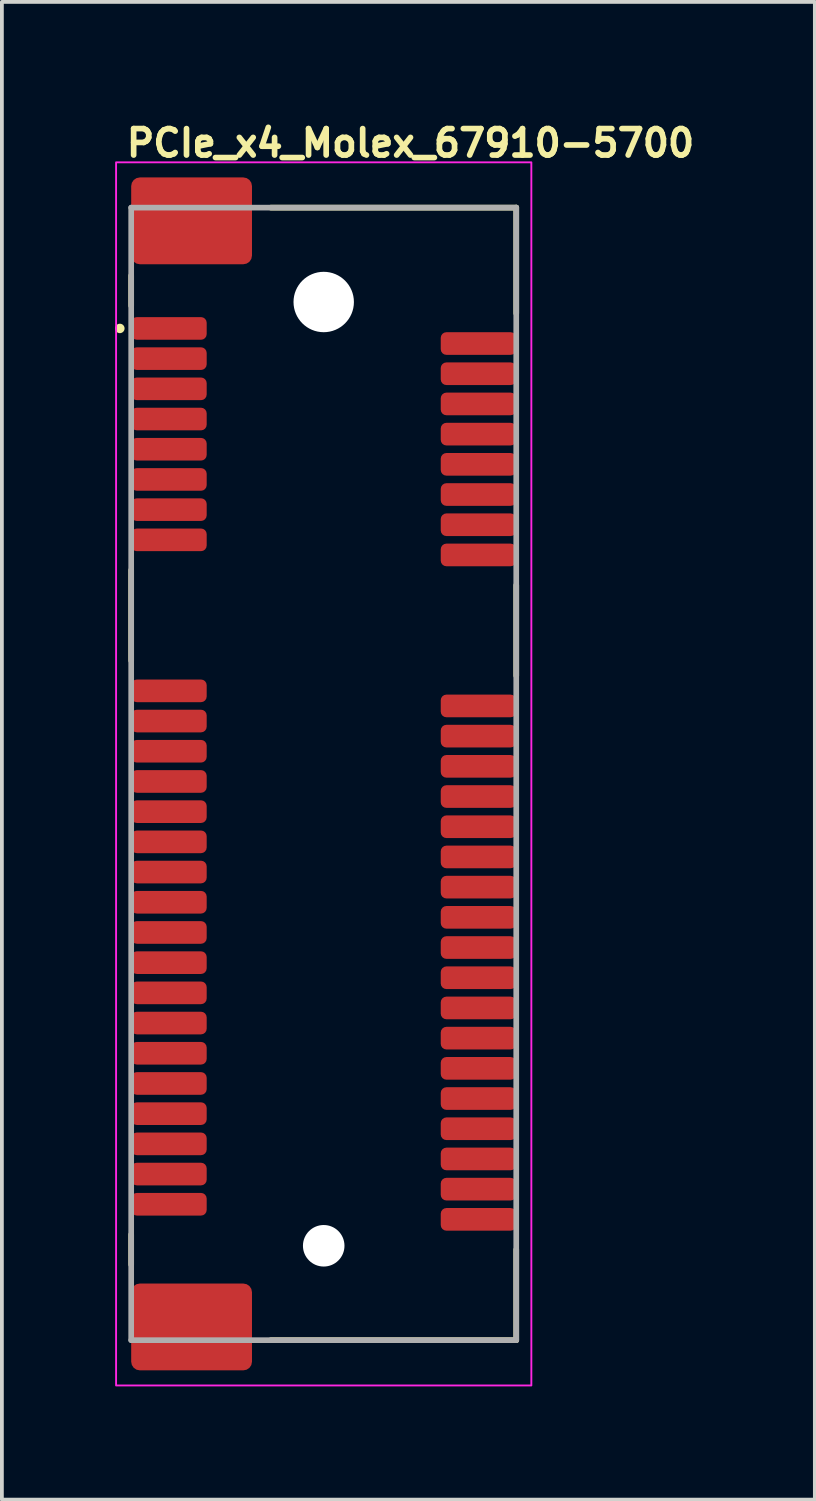
<source format=kicad_pcb>
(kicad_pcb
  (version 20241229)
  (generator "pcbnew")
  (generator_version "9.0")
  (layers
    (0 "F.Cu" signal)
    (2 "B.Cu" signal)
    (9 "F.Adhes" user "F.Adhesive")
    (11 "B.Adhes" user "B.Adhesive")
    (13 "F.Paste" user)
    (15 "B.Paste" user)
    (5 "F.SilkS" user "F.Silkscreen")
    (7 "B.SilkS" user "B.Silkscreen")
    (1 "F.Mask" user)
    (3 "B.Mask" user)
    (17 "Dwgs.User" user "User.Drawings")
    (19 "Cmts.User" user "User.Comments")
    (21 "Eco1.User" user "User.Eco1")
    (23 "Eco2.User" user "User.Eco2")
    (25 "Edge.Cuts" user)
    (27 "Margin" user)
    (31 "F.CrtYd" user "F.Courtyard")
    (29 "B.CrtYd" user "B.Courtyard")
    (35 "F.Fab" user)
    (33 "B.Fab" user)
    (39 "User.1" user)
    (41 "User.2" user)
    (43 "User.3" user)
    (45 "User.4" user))
  (footprint "PCIe_x4_Molex_67910-5700"
    (layer "F.Cu")
    (at 5.525 17.45)
    (property "Reference" "PCIe_x4_Molex_67910-5700" (at -5.3 -16.3 0) (layer "F.SilkS") (effects (font (size 0.7 0.7) (thickness 0.15)) (justify left bottom)))
    (attr smd)
    (fp_line (start -5.1 -13.2) (end -5.1 -12.4) (stroke (width 0.15) (type solid)) (layer "F.SilkS"))
    (fp_line (start -5.1 -3) (end -5.1 -5.4) (stroke (width 0.15) (type solid)) (layer "F.SilkS"))
    (fp_line (start -5.1 12.2) (end -5.1 13) (stroke (width 0.15) (type solid)) (layer "F.SilkS"))
    (fp_line (start 5.1 -15) (end -1.4 -15) (stroke (width 0.15) (type solid)) (layer "F.SilkS"))
    (fp_line (start 5.1 -15) (end 5.1 -12.2) (stroke (width 0.15) (type solid)) (layer "F.SilkS"))
    (fp_line (start 5.1 -2.6) (end 5.1 -5) (stroke (width 0.15) (type solid)) (layer "F.SilkS"))
    (fp_line (start 5.1 15) (end -1.4 15) (stroke (width 0.15) (type solid)) (layer "F.SilkS"))
    (fp_line (start 5.1 15) (end 5.1 12.6) (stroke (width 0.15) (type solid)) (layer "F.SilkS"))
    (fp_circle (center -5.4 -11.8) (end -5.4 -11.75) (stroke (width 0.15) (type solid)) (fill yes) (layer "F.SilkS"))
    (fp_rect (start 5.5 -16.2) (end -5.5 16.2) (stroke (width 0.05) (type solid)) (fill no) (layer "F.CrtYd"))
    (fp_line (start -5.1 -15) (end -5.1 15) (stroke (width 0.15) (type solid)) (layer "F.Fab"))
    (fp_line (start -5.1 15) (end 5.1 15) (stroke (width 0.15) (type solid)) (layer "F.Fab"))
    (fp_line (start 5.1 -15) (end -5.1 -15) (stroke (width 0.15) (type solid)) (layer "F.Fab"))
    (fp_line (start 5.1 15) (end 5.1 -15) (stroke (width 0.15) (type solid)) (layer "F.Fab"))
    (fp_rect (start 5.1 -15.8) (end -5.1 15.8) (stroke (width 0.1) (type solid)) (fill no) (layer "User.5"))
    (fp_line (start -5.1 -15.8) (end -1.9 -15.8) (stroke (width 0.02) (type solid)) (layer "User.9"))
    (fp_line (start -5.1 -15) (end -5.1 -15.8) (stroke (width 0.02) (type solid)) (layer "User.9"))
    (fp_line (start -5.1 -15) (end -5.097 -15) (stroke (width 0.02) (type solid)) (layer "User.9"))
    (fp_line (start -5.1 -13.125) (end -5.1 -15) (stroke (width 0.02) (type solid)) (layer "User.9"))
    (fp_line (start -5.1 -12.1) (end -3.75 -12.1) (stroke (width 0.02) (type solid)) (layer "User.9"))
    (fp_line (start -5.1 -11.5) (end -5.1 -12.1) (stroke (width 0.02) (type solid)) (layer "User.9"))
    (fp_line (start -5.1 -11.3) (end -3.75 -11.3) (stroke (width 0.02) (type solid)) (layer "User.9"))
    (fp_line (start -5.1 -10.7) (end -5.1 -11.3) (stroke (width 0.02) (type solid)) (layer "User.9"))
    (fp_line (start -5.1 -10.5) (end -3.75 -10.5) (stroke (width 0.02) (type solid)) (layer "User.9"))
    (fp_line (start -5.1 -9.9) (end -5.1 -10.5) (stroke (width 0.02) (type solid)) (layer "User.9"))
    (fp_line (start -5.1 -9.7) (end -3.75 -9.7) (stroke (width 0.02) (type solid)) (layer "User.9"))
    (fp_line (start -5.1 -9.1) (end -5.1 -9.7) (stroke (width 0.02) (type solid)) (layer "User.9"))
    (fp_line (start -5.1 -8.9) (end -3.75 -8.9) (stroke (width 0.02) (type solid)) (layer "User.9"))
    (fp_line (start -5.1 -8.3) (end -5.1 -8.9) (stroke (width 0.02) (type solid)) (layer "User.9"))
    (fp_line (start -5.1 -8.1) (end -3.75 -8.1) (stroke (width 0.02) (type solid)) (layer "User.9"))
    (fp_line (start -5.1 -7.5) (end -5.1 -8.1) (stroke (width 0.02) (type solid)) (layer "User.9"))
    (fp_line (start -5.1 -7.3) (end -3.75 -7.3) (stroke (width 0.02) (type solid)) (layer "User.9"))
    (fp_line (start -5.1 -6.7) (end -5.1 -7.3) (stroke (width 0.02) (type solid)) (layer "User.9"))
    (fp_line (start -5.1 -6.5) (end -3.75 -6.5) (stroke (width 0.02) (type solid)) (layer "User.9"))
    (fp_line (start -5.1 -5.9) (end -5.1 -6.5) (stroke (width 0.02) (type solid)) (layer "User.9"))
    (fp_line (start -5.1 -2.5) (end -3.75 -2.5) (stroke (width 0.02) (type solid)) (layer "User.9"))
    (fp_line (start -5.1 -1.9) (end -5.1 -2.5) (stroke (width 0.02) (type solid)) (layer "User.9"))
    (fp_line (start -5.1 -1.7) (end -3.75 -1.7) (stroke (width 0.02) (type solid)) (layer "User.9"))
    (fp_line (start -5.1 -1.1) (end -5.1 -1.7) (stroke (width 0.02) (type solid)) (layer "User.9"))
    (fp_line (start -5.1 -0.9) (end -3.75 -0.9) (stroke (width 0.02) (type solid)) (layer "User.9"))
    (fp_line (start -5.1 -0.3) (end -5.1 -0.9) (stroke (width 0.02) (type solid)) (layer "User.9"))
    (fp_line (start -5.1 -0.1) (end -3.75 -0.1) (stroke (width 0.02) (type solid)) (layer "User.9"))
    (fp_line (start -5.1 0.5) (end -5.1 -0.1) (stroke (width 0.02) (type solid)) (layer "User.9"))
    (fp_line (start -5.1 0.7) (end -3.75 0.7) (stroke (width 0.02) (type solid)) (layer "User.9"))
    (fp_line (start -5.1 1.3) (end -5.1 0.7) (stroke (width 0.02) (type solid)) (layer "User.9"))
    (fp_line (start -5.1 1.5) (end -3.75 1.5) (stroke (width 0.02) (type solid)) (layer "User.9"))
    (fp_line (start -5.1 2.1) (end -5.1 1.5) (stroke (width 0.02) (type solid)) (layer "User.9"))
    (fp_line (start -5.1 2.3) (end -3.75 2.3) (stroke (width 0.02) (type solid)) (layer "User.9"))
    (fp_line (start -5.1 2.9) (end -5.1 2.3) (stroke (width 0.02) (type solid)) (layer "User.9"))
    (fp_line (start -5.1 3.1) (end -3.75 3.1) (stroke (width 0.02) (type solid)) (layer "User.9"))
    (fp_line (start -5.1 3.7) (end -5.1 3.1) (stroke (width 0.02) (type solid)) (layer "User.9"))
    (fp_line (start -5.1 3.9) (end -3.75 3.9) (stroke (width 0.02) (type solid)) (layer "User.9"))
    (fp_line (start -5.1 4.5) (end -5.1 3.9) (stroke (width 0.02) (type solid)) (layer "User.9"))
    (fp_line (start -5.1 4.7) (end -3.75 4.7) (stroke (width 0.02) (type solid)) (layer "User.9"))
    (fp_line (start -5.1 5.3) (end -5.1 4.7) (stroke (width 0.02) (type solid)) (layer "User.9"))
    (fp_line (start -5.1 5.5) (end -3.75 5.5) (stroke (width 0.02) (type solid)) (layer "User.9"))
    (fp_line (start -5.1 6.1) (end -5.1 5.5) (stroke (width 0.02) (type solid)) (layer "User.9"))
    (fp_line (start -5.1 6.3) (end -3.75 6.3) (stroke (width 0.02) (type solid)) (layer "User.9"))
    (fp_line (start -5.1 6.9) (end -5.1 6.3) (stroke (width 0.02) (type solid)) (layer "User.9"))
    (fp_line (start -5.1 7.1) (end -3.75 7.1) (stroke (width 0.02) (type solid)) (layer "User.9"))
    (fp_line (start -5.1 7.7) (end -5.1 7.1) (stroke (width 0.02) (type solid)) (layer "User.9"))
    (fp_line (start -5.1 7.9) (end -3.75 7.9) (stroke (width 0.02) (type solid)) (layer "User.9"))
    (fp_line (start -5.1 8.5) (end -5.1 7.9) (stroke (width 0.02) (type solid)) (layer "User.9"))
    (fp_line (start -5.1 8.7) (end -3.75 8.7) (stroke (width 0.02) (type solid)) (layer "User.9"))
    (fp_line (start -5.1 9.3) (end -5.1 8.7) (stroke (width 0.02) (type solid)) (layer "User.9"))
    (fp_line (start -5.1 9.5) (end -3.75 9.5) (stroke (width 0.02) (type solid)) (layer "User.9"))
    (fp_line (start -5.1 10.1) (end -5.1 9.5) (stroke (width 0.02) (type solid)) (layer "User.9"))
    (fp_line (start -5.1 10.3) (end -3.75 10.3) (stroke (width 0.02) (type solid)) (layer "User.9"))
    (fp_line (start -5.1 10.9) (end -5.1 10.3) (stroke (width 0.02) (type solid)) (layer "User.9"))
    (fp_line (start -5.1 11.1) (end -3.75 11.1) (stroke (width 0.02) (type solid)) (layer "User.9"))
    (fp_line (start -5.1 11.7) (end -5.1 11.1) (stroke (width 0.02) (type solid)) (layer "User.9"))
    (fp_line (start -5.1 13.125) (end -5.097 13.125) (stroke (width 0.02) (type solid)) (layer "User.9"))
    (fp_line (start -5.1 15) (end -5.1 13.125) (stroke (width 0.02) (type solid)) (layer "User.9"))
    (fp_line (start -5.1 15.8) (end -5.1 15) (stroke (width 0.02) (type solid)) (layer "User.9"))
    (fp_line (start -5.097 -15) (end -5.087 -15) (stroke (width 0.02) (type solid)) (layer "User.9"))
    (fp_line (start -5.097 -13.125) (end -5.1 -13.125) (stroke (width 0.02) (type solid)) (layer "User.9"))
    (fp_line (start -5.097 13.125) (end -5.087 13.125) (stroke (width 0.02) (type solid)) (layer "User.9"))
    (fp_line (start -5.097 15) (end -5.1 15) (stroke (width 0.02) (type solid)) (layer "User.9"))
    (fp_line (start -5.087 -15) (end -5.072 -15) (stroke (width 0.02) (type solid)) (layer "User.9"))
    (fp_line (start -5.087 -13.125) (end -5.097 -13.125) (stroke (width 0.02) (type solid)) (layer "User.9"))
    (fp_line (start -5.087 13.125) (end -5.072 13.125) (stroke (width 0.02) (type solid)) (layer "User.9"))
    (fp_line (start -5.087 15) (end -5.097 15) (stroke (width 0.02) (type solid)) (layer "User.9"))
    (fp_line (start -5.072 -15) (end -5.05 -15) (stroke (width 0.02) (type solid)) (layer "User.9"))
    (fp_line (start -5.072 -13.125) (end -5.087 -13.125) (stroke (width 0.02) (type solid)) (layer "User.9"))
    (fp_line (start -5.072 13.125) (end -5.05 13.125) (stroke (width 0.02) (type solid)) (layer "User.9"))
    (fp_line (start -5.072 15) (end -5.087 15) (stroke (width 0.02) (type solid)) (layer "User.9"))
    (fp_line (start -5.05 -15) (end -5.023 -15) (stroke (width 0.02) (type solid)) (layer "User.9"))
    (fp_line (start -5.05 -13.125) (end -5.072 -13.125) (stroke (width 0.02) (type solid)) (layer "User.9"))
    (fp_line (start -5.05 13.125) (end -5.023 13.125) (stroke (width 0.02) (type solid)) (layer "User.9"))
    (fp_line (start -5.05 15) (end -5.072 15) (stroke (width 0.02) (type solid)) (layer "User.9"))
    (fp_line (start -5.023 -15) (end -4.991 -15) (stroke (width 0.02) (type solid)) (layer "User.9"))
    (fp_line (start -5.023 -13.125) (end -5.05 -13.125) (stroke (width 0.02) (type solid)) (layer "User.9"))
    (fp_line (start -5.023 13.125) (end -4.991 13.125) (stroke (width 0.02) (type solid)) (layer "User.9"))
    (fp_line (start -5.023 15) (end -5.05 15) (stroke (width 0.02) (type solid)) (layer "User.9"))
    (fp_line (start -4.991 -15) (end -4.954 -15) (stroke (width 0.02) (type solid)) (layer "User.9"))
    (fp_line (start -4.991 -13.125) (end -5.023 -13.125) (stroke (width 0.02) (type solid)) (layer "User.9"))
    (fp_line (start -4.991 13.125) (end -4.954 13.125) (stroke (width 0.02) (type solid)) (layer "User.9"))
    (fp_line (start -4.991 15) (end -5.023 15) (stroke (width 0.02) (type solid)) (layer "User.9"))
    (fp_line (start -4.954 -15) (end -4.912 -15) (stroke (width 0.02) (type solid)) (layer "User.9"))
    (fp_line (start -4.954 -13.125) (end -4.991 -13.125) (stroke (width 0.02) (type solid)) (layer "User.9"))
    (fp_line (start -4.954 13.125) (end -4.912 13.125) (stroke (width 0.02) (type solid)) (layer "User.9"))
    (fp_line (start -4.954 15) (end -4.991 15) (stroke (width 0.02) (type solid)) (layer "User.9"))
    (fp_line (start -4.912 -15) (end -4.866 -15) (stroke (width 0.02) (type solid)) (layer "User.9"))
    (fp_line (start -4.912 -13.125) (end -4.954 -13.125) (stroke (width 0.02) (type solid)) (layer "User.9"))
    (fp_line (start -4.912 13.125) (end -4.866 13.125) (stroke (width 0.02) (type solid)) (layer "User.9"))
    (fp_line (start -4.912 15) (end -4.954 15) (stroke (width 0.02) (type solid)) (layer "User.9"))
    (fp_line (start -4.866 -15) (end -4.817 -15) (stroke (width 0.02) (type solid)) (layer "User.9"))
    (fp_line (start -4.866 -13.125) (end -4.912 -13.125) (stroke (width 0.02) (type solid)) (layer "User.9"))
    (fp_line (start -4.866 13.125) (end -4.817 13.125) (stroke (width 0.02) (type solid)) (layer "User.9"))
    (fp_line (start -4.866 15) (end -4.912 15) (stroke (width 0.02) (type solid)) (layer "User.9"))
    (fp_line (start -4.817 -15) (end -4.765 -15) (stroke (width 0.02) (type solid)) (layer "User.9"))
    (fp_line (start -4.817 -13.125) (end -4.866 -13.125) (stroke (width 0.02) (type solid)) (layer "User.9"))
    (fp_line (start -4.817 13.125) (end -4.765 13.125) (stroke (width 0.02) (type solid)) (layer "User.9"))
    (fp_line (start -4.817 15) (end -4.866 15) (stroke (width 0.02) (type solid)) (layer "User.9"))
    (fp_line (start -4.765 -15) (end -4.711 -15) (stroke (width 0.02) (type solid)) (layer "User.9"))
    (fp_line (start -4.765 -13.125) (end -4.817 -13.125) (stroke (width 0.02) (type solid)) (layer "User.9"))
    (fp_line (start -4.765 13.125) (end -4.711 13.125) (stroke (width 0.02) (type solid)) (layer "User.9"))
    (fp_line (start -4.765 15) (end -4.817 15) (stroke (width 0.02) (type solid)) (layer "User.9"))
    (fp_line (start -4.711 -15) (end -4.656 -15) (stroke (width 0.02) (type solid)) (layer "User.9"))
    (fp_line (start -4.711 -13.125) (end -4.765 -13.125) (stroke (width 0.02) (type solid)) (layer "User.9"))
    (fp_line (start -4.711 13.125) (end -4.656 13.125) (stroke (width 0.02) (type solid)) (layer "User.9"))
    (fp_line (start -4.711 15) (end -4.765 15) (stroke (width 0.02) (type solid)) (layer "User.9"))
    (fp_line (start -4.656 -15) (end -4.6 -15) (stroke (width 0.02) (type solid)) (layer "User.9"))
    (fp_line (start -4.656 -13.125) (end -4.711 -13.125) (stroke (width 0.02) (type solid)) (layer "User.9"))
    (fp_line (start -4.656 13.125) (end -4.6 13.125) (stroke (width 0.02) (type solid)) (layer "User.9"))
    (fp_line (start -4.656 15) (end -4.711 15) (stroke (width 0.02) (type solid)) (layer "User.9"))
    (fp_line (start -4.6 -13.125) (end -4.656 -13.125) (stroke (width 0.02) (type solid)) (layer "User.9"))
    (fp_line (start -4.6 -13.125) (end -4.6 -15) (stroke (width 0.02) (type solid)) (layer "User.9"))
    (fp_line (start -4.6 -13.125) (end -4.25 -13.125) (stroke (width 0.02) (type solid)) (layer "User.9"))
    (fp_line (start -4.6 -11.875) (end -4.6 -11.725) (stroke (width 0.02) (type solid)) (layer "User.9"))
    (fp_line (start -4.6 -11.075) (end -4.6 -10.925) (stroke (width 0.02) (type solid)) (layer "User.9"))
    (fp_line (start -4.6 -10.275) (end -4.6 -10.125) (stroke (width 0.02) (type solid)) (layer "User.9"))
    (fp_line (start -4.6 -9.475) (end -4.6 -9.325) (stroke (width 0.02) (type solid)) (layer "User.9"))
    (fp_line (start -4.6 -8.675) (end -4.6 -8.525) (stroke (width 0.02) (type solid)) (layer "User.9"))
    (fp_line (start -4.6 -7.875) (end -4.6 -7.725) (stroke (width 0.02) (type solid)) (layer "User.9"))
    (fp_line (start -4.6 -7.075) (end -4.6 -6.925) (stroke (width 0.02) (type solid)) (layer "User.9"))
    (fp_line (start -4.6 -6.275) (end -4.6 -6.125) (stroke (width 0.02) (type solid)) (layer "User.9"))
    (fp_line (start -4.6 -2.275) (end -4.6 -2.125) (stroke (width 0.02) (type solid)) (layer "User.9"))
    (fp_line (start -4.6 -1.475) (end -4.6 -1.325) (stroke (width 0.02) (type solid)) (layer "User.9"))
    (fp_line (start -4.6 -0.675) (end -4.6 -0.525) (stroke (width 0.02) (type solid)) (layer "User.9"))
    (fp_line (start -4.6 0.125) (end -4.6 0.275) (stroke (width 0.02) (type solid)) (layer "User.9"))
    (fp_line (start -4.6 0.925) (end -4.6 1.075) (stroke (width 0.02) (type solid)) (layer "User.9"))
    (fp_line (start -4.6 1.725) (end -4.6 1.875) (stroke (width 0.02) (type solid)) (layer "User.9"))
    (fp_line (start -4.6 2.525) (end -4.6 2.675) (stroke (width 0.02) (type solid)) (layer "User.9"))
    (fp_line (start -4.6 3.325) (end -4.6 3.475) (stroke (width 0.02) (type solid)) (layer "User.9"))
    (fp_line (start -4.6 4.125) (end -4.6 4.275) (stroke (width 0.02) (type solid)) (layer "User.9"))
    (fp_line (start -4.6 4.925) (end -4.6 5.075) (stroke (width 0.02) (type solid)) (layer "User.9"))
    (fp_line (start -4.6 5.725) (end -4.6 5.875) (stroke (width 0.02) (type solid)) (layer "User.9"))
    (fp_line (start -4.6 6.525) (end -4.6 6.675) (stroke (width 0.02) (type solid)) (layer "User.9"))
    (fp_line (start -4.6 7.325) (end -4.6 7.475) (stroke (width 0.02) (type solid)) (layer "User.9"))
    (fp_line (start -4.6 8.125) (end -4.6 8.275) (stroke (width 0.02) (type solid)) (layer "User.9"))
    (fp_line (start -4.6 8.925) (end -4.6 9.075) (stroke (width 0.02) (type solid)) (layer "User.9"))
    (fp_line (start -4.6 9.725) (end -4.6 9.875) (stroke (width 0.02) (type solid)) (layer "User.9"))
    (fp_line (start -4.6 10.525) (end -4.6 10.675) (stroke (width 0.02) (type solid)) (layer "User.9"))
    (fp_line (start -4.6 11.325) (end -4.6 11.475) (stroke (width 0.02) (type solid)) (layer "User.9"))
    (fp_line (start -4.6 13.125) (end -4.25 13.125) (stroke (width 0.02) (type solid)) (layer "User.9"))
    (fp_line (start -4.6 15) (end -4.656 15) (stroke (width 0.02) (type solid)) (layer "User.9"))
    (fp_line (start -4.6 15) (end -4.6 13.125) (stroke (width 0.02) (type solid)) (layer "User.9"))
    (fp_line (start -4.25 13.125) (end -3.75 12.625) (stroke (width 0.02) (type solid)) (layer "User.9"))
    (fp_line (start -3.85 -11.875) (end -4.6 -11.875) (stroke (width 0.02) (type solid)) (layer "User.9"))
    (fp_line (start -3.85 -11.875) (end -3.85 -11.725) (stroke (width 0.02) (type solid)) (layer "User.9"))
    (fp_line (start -3.85 -11.725) (end -4.6 -11.725) (stroke (width 0.02) (type solid)) (layer "User.9"))
    (fp_line (start -3.85 -11.075) (end -4.6 -11.075) (stroke (width 0.02) (type solid)) (layer "User.9"))
    (fp_line (start -3.85 -11.075) (end -3.85 -10.925) (stroke (width 0.02) (type solid)) (layer "User.9"))
    (fp_line (start -3.85 -10.925) (end -4.6 -10.925) (stroke (width 0.02) (type solid)) (layer "User.9"))
    (fp_line (start -3.85 -10.275) (end -4.6 -10.275) (stroke (width 0.02) (type solid)) (layer "User.9"))
    (fp_line (start -3.85 -10.275) (end -3.85 -10.125) (stroke (width 0.02) (type solid)) (layer "User.9"))
    (fp_line (start -3.85 -10.125) (end -4.6 -10.125) (stroke (width 0.02) (type solid)) (layer "User.9"))
    (fp_line (start -3.85 -9.475) (end -4.6 -9.475) (stroke (width 0.02) (type solid)) (layer "User.9"))
    (fp_line (start -3.85 -9.475) (end -3.85 -9.325) (stroke (width 0.02) (type solid)) (layer "User.9"))
    (fp_line (start -3.85 -9.325) (end -4.6 -9.325) (stroke (width 0.02) (type solid)) (layer "User.9"))
    (fp_line (start -3.85 -8.675) (end -4.6 -8.675) (stroke (width 0.02) (type solid)) (layer "User.9"))
    (fp_line (start -3.85 -8.675) (end -3.85 -8.525) (stroke (width 0.02) (type solid)) (layer "User.9"))
    (fp_line (start -3.85 -8.525) (end -4.6 -8.525) (stroke (width 0.02) (type solid)) (layer "User.9"))
    (fp_line (start -3.85 -7.875) (end -4.6 -7.875) (stroke (width 0.02) (type solid)) (layer "User.9"))
    (fp_line (start -3.85 -7.875) (end -3.85 -7.725) (stroke (width 0.02) (type solid)) (layer "User.9"))
    (fp_line (start -3.85 -7.725) (end -4.6 -7.725) (stroke (width 0.02) (type solid)) (layer "User.9"))
    (fp_line (start -3.85 -7.075) (end -4.6 -7.075) (stroke (width 0.02) (type solid)) (layer "User.9"))
    (fp_line (start -3.85 -7.075) (end -3.85 -6.925) (stroke (width 0.02) (type solid)) (layer "User.9"))
    (fp_line (start -3.85 -6.925) (end -4.6 -6.925) (stroke (width 0.02) (type solid)) (layer "User.9"))
    (fp_line (start -3.85 -6.275) (end -4.6 -6.275) (stroke (width 0.02) (type solid)) (layer "User.9"))
    (fp_line (start -3.85 -6.275) (end -3.85 -6.125) (stroke (width 0.02) (type solid)) (layer "User.9"))
    (fp_line (start -3.85 -6.125) (end -4.6 -6.125) (stroke (width 0.02) (type solid)) (layer "User.9"))
    (fp_line (start -3.85 -2.275) (end -4.6 -2.275) (stroke (width 0.02) (type solid)) (layer "User.9"))
    (fp_line (start -3.85 -2.275) (end -3.85 -2.125) (stroke (width 0.02) (type solid)) (layer "User.9"))
    (fp_line (start -3.85 -2.125) (end -4.6 -2.125) (stroke (width 0.02) (type solid)) (layer "User.9"))
    (fp_line (start -3.85 -1.475) (end -4.6 -1.475) (stroke (width 0.02) (type solid)) (layer "User.9"))
    (fp_line (start -3.85 -1.475) (end -3.85 -1.325) (stroke (width 0.02) (type solid)) (layer "User.9"))
    (fp_line (start -3.85 -1.325) (end -4.6 -1.325) (stroke (width 0.02) (type solid)) (layer "User.9"))
    (fp_line (start -3.85 -0.675) (end -4.6 -0.675) (stroke (width 0.02) (type solid)) (layer "User.9"))
    (fp_line (start -3.85 -0.675) (end -3.85 -0.525) (stroke (width 0.02) (type solid)) (layer "User.9"))
    (fp_line (start -3.85 -0.525) (end -4.6 -0.525) (stroke (width 0.02) (type solid)) (layer "User.9"))
    (fp_line (start -3.85 0.125) (end -4.6 0.125) (stroke (width 0.02) (type solid)) (layer "User.9"))
    (fp_line (start -3.85 0.125) (end -3.85 0.275) (stroke (width 0.02) (type solid)) (layer "User.9"))
    (fp_line (start -3.85 0.275) (end -4.6 0.275) (stroke (width 0.02) (type solid)) (layer "User.9"))
    (fp_line (start -3.85 0.925) (end -4.6 0.925) (stroke (width 0.02) (type solid)) (layer "User.9"))
    (fp_line (start -3.85 0.925) (end -3.85 1.075) (stroke (width 0.02) (type solid)) (layer "User.9"))
    (fp_line (start -3.85 1.075) (end -4.6 1.075) (stroke (width 0.02) (type solid)) (layer "User.9"))
    (fp_line (start -3.85 1.725) (end -4.6 1.725) (stroke (width 0.02) (type solid)) (layer "User.9"))
    (fp_line (start -3.85 1.725) (end -3.85 1.875) (stroke (width 0.02) (type solid)) (layer "User.9"))
    (fp_line (start -3.85 1.875) (end -4.6 1.875) (stroke (width 0.02) (type solid)) (layer "User.9"))
    (fp_line (start -3.85 2.525) (end -4.6 2.525) (stroke (width 0.02) (type solid)) (layer "User.9"))
    (fp_line (start -3.85 2.525) (end -3.85 2.675) (stroke (width 0.02) (type solid)) (layer "User.9"))
    (fp_line (start -3.85 2.675) (end -4.6 2.675) (stroke (width 0.02) (type solid)) (layer "User.9"))
    (fp_line (start -3.85 3.325) (end -4.6 3.325) (stroke (width 0.02) (type solid)) (layer "User.9"))
    (fp_line (start -3.85 3.325) (end -3.85 3.475) (stroke (width 0.02) (type solid)) (layer "User.9"))
    (fp_line (start -3.85 3.475) (end -4.6 3.475) (stroke (width 0.02) (type solid)) (layer "User.9"))
    (fp_line (start -3.85 4.125) (end -4.6 4.125) (stroke (width 0.02) (type solid)) (layer "User.9"))
    (fp_line (start -3.85 4.125) (end -3.85 4.275) (stroke (width 0.02) (type solid)) (layer "User.9"))
    (fp_line (start -3.85 4.275) (end -4.6 4.275) (stroke (width 0.02) (type solid)) (layer "User.9"))
    (fp_line (start -3.85 4.925) (end -4.6 4.925) (stroke (width 0.02) (type solid)) (layer "User.9"))
    (fp_line (start -3.85 4.925) (end -3.85 5.075) (stroke (width 0.02) (type solid)) (layer "User.9"))
    (fp_line (start -3.85 5.075) (end -4.6 5.075) (stroke (width 0.02) (type solid)) (layer "User.9"))
    (fp_line (start -3.85 5.725) (end -4.6 5.725) (stroke (width 0.02) (type solid)) (layer "User.9"))
    (fp_line (start -3.85 5.725) (end -3.85 5.875) (stroke (width 0.02) (type solid)) (layer "User.9"))
    (fp_line (start -3.85 5.875) (end -4.6 5.875) (stroke (width 0.02) (type solid)) (layer "User.9"))
    (fp_line (start -3.85 6.525) (end -4.6 6.525) (stroke (width 0.02) (type solid)) (layer "User.9"))
    (fp_line (start -3.85 6.525) (end -3.85 6.675) (stroke (width 0.02) (type solid)) (layer "User.9"))
    (fp_line (start -3.85 6.675) (end -4.6 6.675) (stroke (width 0.02) (type solid)) (layer "User.9"))
    (fp_line (start -3.85 7.325) (end -4.6 7.325) (stroke (width 0.02) (type solid)) (layer "User.9"))
    (fp_line (start -3.85 7.325) (end -3.85 7.475) (stroke (width 0.02) (type solid)) (layer "User.9"))
    (fp_line (start -3.85 7.475) (end -4.6 7.475) (stroke (width 0.02) (type solid)) (layer "User.9"))
    (fp_line (start -3.85 8.125) (end -4.6 8.125) (stroke (width 0.02) (type solid)) (layer "User.9"))
    (fp_line (start -3.85 8.125) (end -3.85 8.275) (stroke (width 0.02) (type solid)) (layer "User.9"))
    (fp_line (start -3.85 8.275) (end -4.6 8.275) (stroke (width 0.02) (type solid)) (layer "User.9"))
    (fp_line (start -3.85 8.925) (end -4.6 8.925) (stroke (width 0.02) (type solid)) (layer "User.9"))
    (fp_line (start -3.85 8.925) (end -3.85 9.075) (stroke (width 0.02) (type solid)) (layer "User.9"))
    (fp_line (start -3.85 9.075) (end -4.6 9.075) (stroke (width 0.02) (type solid)) (layer "User.9"))
    (fp_line (start -3.85 9.725) (end -4.6 9.725) (stroke (width 0.02) (type solid)) (layer "User.9"))
    (fp_line (start -3.85 9.725) (end -3.85 9.875) (stroke (width 0.02) (type solid)) (layer "User.9"))
    (fp_line (start -3.85 9.875) (end -4.6 9.875) (stroke (width 0.02) (type solid)) (layer "User.9"))
    (fp_line (start -3.85 10.525) (end -4.6 10.525) (stroke (width 0.02) (type solid)) (layer "User.9"))
    (fp_line (start -3.85 10.525) (end -3.85 10.675) (stroke (width 0.02) (type solid)) (layer "User.9"))
    (fp_line (start -3.85 10.675) (end -4.6 10.675) (stroke (width 0.02) (type solid)) (layer "User.9"))
    (fp_line (start -3.85 11.325) (end -4.6 11.325) (stroke (width 0.02) (type solid)) (layer "User.9"))
    (fp_line (start -3.85 11.325) (end -3.85 11.475) (stroke (width 0.02) (type solid)) (layer "User.9"))
    (fp_line (start -3.85 11.475) (end -4.6 11.475) (stroke (width 0.02) (type solid)) (layer "User.9"))
    (fp_line (start -3.75 -12.625) (end -4.25 -13.125) (stroke (width 0.02) (type solid)) (layer "User.9"))
    (fp_line (start -3.75 -12.625) (end -4.25 -13.125) (stroke (width 0.02) (type solid)) (layer "User.9"))
    (fp_line (start -3.75 -12.625) (end -3.75 -11.925) (stroke (width 0.02) (type solid)) (layer "User.9"))
    (fp_line (start -3.75 -11.875) (end -3.85 -11.875) (stroke (width 0.02) (type solid)) (layer "User.9"))
    (fp_line (start -3.75 -11.725) (end -3.85 -11.725) (stroke (width 0.02) (type solid)) (layer "User.9"))
    (fp_line (start -3.75 -11.5) (end -5.1 -11.5) (stroke (width 0.02) (type solid)) (layer "User.9"))
    (fp_line (start -3.75 -11.075) (end -3.85 -11.075) (stroke (width 0.02) (type solid)) (layer "User.9"))
    (fp_line (start -3.75 -10.925) (end -3.85 -10.925) (stroke (width 0.02) (type solid)) (layer "User.9"))
    (fp_line (start -3.75 -10.7) (end -5.1 -10.7) (stroke (width 0.02) (type solid)) (layer "User.9"))
    (fp_line (start -3.75 -10.275) (end -3.85 -10.275) (stroke (width 0.02) (type solid)) (layer "User.9"))
    (fp_line (start -3.75 -10.125) (end -3.85 -10.125) (stroke (width 0.02) (type solid)) (layer "User.9"))
    (fp_line (start -3.75 -9.9) (end -5.1 -9.9) (stroke (width 0.02) (type solid)) (layer "User.9"))
    (fp_line (start -3.75 -9.475) (end -3.85 -9.475) (stroke (width 0.02) (type solid)) (layer "User.9"))
    (fp_line (start -3.75 -9.325) (end -3.85 -9.325) (stroke (width 0.02) (type solid)) (layer "User.9"))
    (fp_line (start -3.75 -9.1) (end -5.1 -9.1) (stroke (width 0.02) (type solid)) (layer "User.9"))
    (fp_line (start -3.75 -8.675) (end -3.85 -8.675) (stroke (width 0.02) (type solid)) (layer "User.9"))
    (fp_line (start -3.75 -8.525) (end -3.85 -8.525) (stroke (width 0.02) (type solid)) (layer "User.9"))
    (fp_line (start -3.75 -8.3) (end -5.1 -8.3) (stroke (width 0.02) (type solid)) (layer "User.9"))
    (fp_line (start -3.75 -7.875) (end -3.85 -7.875) (stroke (width 0.02) (type solid)) (layer "User.9"))
    (fp_line (start -3.75 -7.725) (end -3.85 -7.725) (stroke (width 0.02) (type solid)) (layer "User.9"))
    (fp_line (start -3.75 -7.5) (end -5.1 -7.5) (stroke (width 0.02) (type solid)) (layer "User.9"))
    (fp_line (start -3.75 -7.075) (end -3.85 -7.075) (stroke (width 0.02) (type solid)) (layer "User.9"))
    (fp_line (start -3.75 -6.925) (end -3.85 -6.925) (stroke (width 0.02) (type solid)) (layer "User.9"))
    (fp_line (start -3.75 -6.7) (end -5.1 -6.7) (stroke (width 0.02) (type solid)) (layer "User.9"))
    (fp_line (start -3.75 -6.275) (end -3.85 -6.275) (stroke (width 0.02) (type solid)) (layer "User.9"))
    (fp_line (start -3.75 -6.125) (end -3.85 -6.125) (stroke (width 0.02) (type solid)) (layer "User.9"))
    (fp_line (start -3.75 -5.9) (end -5.1 -5.9) (stroke (width 0.02) (type solid)) (layer "User.9"))
    (fp_line (start -3.75 -2.275) (end -3.85 -2.275) (stroke (width 0.02) (type solid)) (layer "User.9"))
    (fp_line (start -3.75 -2.125) (end -3.85 -2.125) (stroke (width 0.02) (type solid)) (layer "User.9"))
    (fp_line (start -3.75 -1.9) (end -5.1 -1.9) (stroke (width 0.02) (type solid)) (layer "User.9"))
    (fp_line (start -3.75 -1.475) (end -3.85 -1.475) (stroke (width 0.02) (type solid)) (layer "User.9"))
    (fp_line (start -3.75 -1.325) (end -3.85 -1.325) (stroke (width 0.02) (type solid)) (layer "User.9"))
    (fp_line (start -3.75 -1.1) (end -5.1 -1.1) (stroke (width 0.02) (type solid)) (layer "User.9"))
    (fp_line (start -3.75 -0.675) (end -3.85 -0.675) (stroke (width 0.02) (type solid)) (layer "User.9"))
    (fp_line (start -3.75 -0.525) (end -3.85 -0.525) (stroke (width 0.02) (type solid)) (layer "User.9"))
    (fp_line (start -3.75 -0.3) (end -5.1 -0.3) (stroke (width 0.02) (type solid)) (layer "User.9"))
    (fp_line (start -3.75 0.125) (end -3.85 0.125) (stroke (width 0.02) (type solid)) (layer "User.9"))
    (fp_line (start -3.75 0.275) (end -3.85 0.275) (stroke (width 0.02) (type solid)) (layer "User.9"))
    (fp_line (start -3.75 0.5) (end -5.1 0.5) (stroke (width 0.02) (type solid)) (layer "User.9"))
    (fp_line (start -3.75 0.925) (end -3.85 0.925) (stroke (width 0.02) (type solid)) (layer "User.9"))
    (fp_line (start -3.75 1.075) (end -3.85 1.075) (stroke (width 0.02) (type solid)) (layer "User.9"))
    (fp_line (start -3.75 1.3) (end -5.1 1.3) (stroke (width 0.02) (type solid)) (layer "User.9"))
    (fp_line (start -3.75 1.725) (end -3.85 1.725) (stroke (width 0.02) (type solid)) (layer "User.9"))
    (fp_line (start -3.75 1.875) (end -3.85 1.875) (stroke (width 0.02) (type solid)) (layer "User.9"))
    (fp_line (start -3.75 2.1) (end -5.1 2.1) (stroke (width 0.02) (type solid)) (layer "User.9"))
    (fp_line (start -3.75 2.525) (end -3.85 2.525) (stroke (width 0.02) (type solid)) (layer "User.9"))
    (fp_line (start -3.75 2.675) (end -3.85 2.675) (stroke (width 0.02) (type solid)) (layer "User.9"))
    (fp_line (start -3.75 2.9) (end -5.1 2.9) (stroke (width 0.02) (type solid)) (layer "User.9"))
    (fp_line (start -3.75 3.325) (end -3.85 3.325) (stroke (width 0.02) (type solid)) (layer "User.9"))
    (fp_line (start -3.75 3.475) (end -3.85 3.475) (stroke (width 0.02) (type solid)) (layer "User.9"))
    (fp_line (start -3.75 3.7) (end -5.1 3.7) (stroke (width 0.02) (type solid)) (layer "User.9"))
    (fp_line (start -3.75 4.125) (end -3.85 4.125) (stroke (width 0.02) (type solid)) (layer "User.9"))
    (fp_line (start -3.75 4.275) (end -3.85 4.275) (stroke (width 0.02) (type solid)) (layer "User.9"))
    (fp_line (start -3.75 4.5) (end -5.1 4.5) (stroke (width 0.02) (type solid)) (layer "User.9"))
    (fp_line (start -3.75 4.925) (end -3.85 4.925) (stroke (width 0.02) (type solid)) (layer "User.9"))
    (fp_line (start -3.75 5.075) (end -3.85 5.075) (stroke (width 0.02) (type solid)) (layer "User.9"))
    (fp_line (start -3.75 5.3) (end -5.1 5.3) (stroke (width 0.02) (type solid)) (layer "User.9"))
    (fp_line (start -3.75 5.725) (end -3.85 5.725) (stroke (width 0.02) (type solid)) (layer "User.9"))
    (fp_line (start -3.75 5.875) (end -3.85 5.875) (stroke (width 0.02) (type solid)) (layer "User.9"))
    (fp_line (start -3.75 6.1) (end -5.1 6.1) (stroke (width 0.02) (type solid)) (layer "User.9"))
    (fp_line (start -3.75 6.525) (end -3.85 6.525) (stroke (width 0.02) (type solid)) (layer "User.9"))
    (fp_line (start -3.75 6.675) (end -3.85 6.675) (stroke (width 0.02) (type solid)) (layer "User.9"))
    (fp_line (start -3.75 6.9) (end -5.1 6.9) (stroke (width 0.02) (type solid)) (layer "User.9"))
    (fp_line (start -3.75 7.325) (end -3.85 7.325) (stroke (width 0.02) (type solid)) (layer "User.9"))
    (fp_line (start -3.75 7.475) (end -3.85 7.475) (stroke (width 0.02) (type solid)) (layer "User.9"))
    (fp_line (start -3.75 7.7) (end -5.1 7.7) (stroke (width 0.02) (type solid)) (layer "User.9"))
    (fp_line (start -3.75 8.125) (end -3.85 8.125) (stroke (width 0.02) (type solid)) (layer "User.9"))
    (fp_line (start -3.75 8.275) (end -3.85 8.275) (stroke (width 0.02) (type solid)) (layer "User.9"))
    (fp_line (start -3.75 8.5) (end -5.1 8.5) (stroke (width 0.02) (type solid)) (layer "User.9"))
    (fp_line (start -3.75 8.925) (end -3.85 8.925) (stroke (width 0.02) (type solid)) (layer "User.9"))
    (fp_line (start -3.75 9.075) (end -3.85 9.075) (stroke (width 0.02) (type solid)) (layer "User.9"))
    (fp_line (start -3.75 9.3) (end -5.1 9.3) (stroke (width 0.02) (type solid)) (layer "User.9"))
    (fp_line (start -3.75 9.725) (end -3.85 9.725) (stroke (width 0.02) (type solid)) (layer "User.9"))
    (fp_line (start -3.75 9.875) (end -3.85 9.875) (stroke (width 0.02) (type solid)) (layer "User.9"))
    (fp_line (start -3.75 10.1) (end -5.1 10.1) (stroke (width 0.02) (type solid)) (layer "User.9"))
    (fp_line (start -3.75 10.525) (end -3.85 10.525) (stroke (width 0.02) (type solid)) (layer "User.9"))
    (fp_line (start -3.75 10.675) (end -3.85 10.675) (stroke (width 0.02) (type solid)) (layer "User.9"))
    (fp_line (start -3.75 10.9) (end -5.1 10.9) (stroke (width 0.02) (type solid)) (layer "User.9"))
    (fp_line (start -3.75 11.325) (end -3.85 11.325) (stroke (width 0.02) (type solid)) (layer "User.9"))
    (fp_line (start -3.75 11.475) (end -3.85 11.475) (stroke (width 0.02) (type solid)) (layer "User.9"))
    (fp_line (start -3.75 11.7) (end -5.1 11.7) (stroke (width 0.02) (type solid)) (layer "User.9"))
    (fp_line (start -3.75 12.625) (end -4.25 13.125) (stroke (width 0.02) (type solid)) (layer "User.9"))
    (fp_line (start -3.75 12.625) (end -3.75 -12.625) (stroke (width 0.02) (type solid)) (layer "User.9"))
    (fp_line (start -3.75 12.625) (end -3.75 11.925) (stroke (width 0.02) (type solid)) (layer "User.9"))
    (fp_line (start -1.9 -15.8) (end -1.9 -15) (stroke (width 0.02) (type solid)) (layer "User.9"))
    (fp_line (start -1.9 15) (end -1.9 15.8) (stroke (width 0.02) (type solid)) (layer "User.9"))
    (fp_line (start -1.9 15.8) (end -5.1 15.8) (stroke (width 0.02) (type solid)) (layer "User.9"))
    (fp_line (start 2.1 -15) (end -4.6 -15) (stroke (width 0.02) (type solid)) (layer "User.9"))
    (fp_line (start 2.1 -15) (end 2.156 -15) (stroke (width 0.02) (type solid)) (layer "User.9"))
    (fp_line (start 2.1 -13.125) (end 2.1 -15) (stroke (width 0.02) (type solid)) (layer "User.9"))
    (fp_line (start 2.1 -13.125) (end 2.1 13.125) (stroke (width 0.02) (type solid)) (layer "User.9"))
    (fp_line (start 2.1 -3.4) (end 2.65 -3.4) (stroke (width 0.02) (type solid)) (layer "User.9"))
    (fp_line (start 2.1 -3.2) (end 2.65 -3.2) (stroke (width 0.02) (type solid)) (layer "User.9"))
    (fp_line (start 2.1 -2.25) (end 3.5 -2.25) (stroke (width 0.02) (type solid)) (layer "User.9"))
    (fp_line (start 2.1 13.125) (end 2.156 13.125) (stroke (width 0.02) (type solid)) (layer "User.9"))
    (fp_line (start 2.1 15) (end -4.6 15) (stroke (width 0.02) (type solid)) (layer "User.9"))
    (fp_line (start 2.1 15) (end 2.1 13.125) (stroke (width 0.02) (type solid)) (layer "User.9"))
    (fp_line (start 2.156 -15) (end 2.211 -15) (stroke (width 0.02) (type solid)) (layer "User.9"))
    (fp_line (start 2.156 -13.125) (end 2.1 -13.125) (stroke (width 0.02) (type solid)) (layer "User.9"))
    (fp_line (start 2.156 13.125) (end 2.211 13.125) (stroke (width 0.02) (type solid)) (layer "User.9"))
    (fp_line (start 2.156 15) (end 2.1 15) (stroke (width 0.02) (type solid)) (layer "User.9"))
    (fp_line (start 2.211 -15) (end 2.265 -15) (stroke (width 0.02) (type solid)) (layer "User.9"))
    (fp_line (start 2.211 -13.125) (end 2.156 -13.125) (stroke (width 0.02) (type solid)) (layer "User.9"))
    (fp_line (start 2.211 13.125) (end 2.265 13.125) (stroke (width 0.02) (type solid)) (layer "User.9"))
    (fp_line (start 2.211 15) (end 2.156 15) (stroke (width 0.02) (type solid)) (layer "User.9"))
    (fp_line (start 2.265 -15) (end 2.317 -15) (stroke (width 0.02) (type solid)) (layer "User.9"))
    (fp_line (start 2.265 -13.125) (end 2.211 -13.125) (stroke (width 0.02) (type solid)) (layer "User.9"))
    (fp_line (start 2.265 13.125) (end 2.317 13.125) (stroke (width 0.02) (type solid)) (layer "User.9"))
    (fp_line (start 2.265 15) (end 2.211 15) (stroke (width 0.02) (type solid)) (layer "User.9"))
    (fp_line (start 2.317 -15) (end 2.366 -15) (stroke (width 0.02) (type solid)) (layer "User.9"))
    (fp_line (start 2.317 -13.125) (end 2.265 -13.125) (stroke (width 0.02) (type solid)) (layer "User.9"))
    (fp_line (start 2.317 13.125) (end 2.366 13.125) (stroke (width 0.02) (type solid)) (layer "User.9"))
    (fp_line (start 2.317 15) (end 2.265 15) (stroke (width 0.02) (type solid)) (layer "User.9"))
    (fp_line (start 2.366 -15) (end 2.412 -15) (stroke (width 0.02) (type solid)) (layer "User.9"))
    (fp_line (start 2.366 -13.125) (end 2.317 -13.125) (stroke (width 0.02) (type solid)) (layer "User.9"))
    (fp_line (start 2.366 13.125) (end 2.412 13.125) (stroke (width 0.02) (type solid)) (layer "User.9"))
    (fp_line (start 2.366 15) (end 2.317 15) (stroke (width 0.02) (type solid)) (layer "User.9"))
    (fp_line (start 2.412 -15) (end 2.454 -15) (stroke (width 0.02) (type solid)) (layer "User.9"))
    (fp_line (start 2.412 -13.125) (end 2.366 -13.125) (stroke (width 0.02) (type solid)) (layer "User.9"))
    (fp_line (start 2.412 13.125) (end 2.454 13.125) (stroke (width 0.02) (type solid)) (layer "User.9"))
    (fp_line (start 2.412 15) (end 2.366 15) (stroke (width 0.02) (type solid)) (layer "User.9"))
    (fp_line (start 2.454 -15) (end 2.491 -15) (stroke (width 0.02) (type solid)) (layer "User.9"))
    (fp_line (start 2.454 -13.125) (end 2.412 -13.125) (stroke (width 0.02) (type solid)) (layer "User.9"))
    (fp_line (start 2.454 13.125) (end 2.491 13.125) (stroke (width 0.02) (type solid)) (layer "User.9"))
    (fp_line (start 2.454 15) (end 2.412 15) (stroke (width 0.02) (type solid)) (layer "User.9"))
    (fp_line (start 2.491 -15) (end 2.523 -15) (stroke (width 0.02) (type solid)) (layer "User.9"))
    (fp_line (start 2.491 -13.125) (end 2.454 -13.125) (stroke (width 0.02) (type solid)) (layer "User.9"))
    (fp_line (start 2.491 13.125) (end 2.523 13.125) (stroke (width 0.02) (type solid)) (layer "User.9"))
    (fp_line (start 2.491 15) (end 2.454 15) (stroke (width 0.02) (type solid)) (layer "User.9"))
    (fp_line (start 2.523 -15) (end 2.55 -15) (stroke (width 0.02) (type solid)) (layer "User.9"))
    (fp_line (start 2.523 -13.125) (end 2.491 -13.125) (stroke (width 0.02) (type solid)) (layer "User.9"))
    (fp_line (start 2.523 13.125) (end 2.55 13.125) (stroke (width 0.02) (type solid)) (layer "User.9"))
    (fp_line (start 2.523 15) (end 2.491 15) (stroke (width 0.02) (type solid)) (layer "User.9"))
    (fp_line (start 2.55 -15) (end 2.572 -15) (stroke (width 0.02) (type solid)) (layer "User.9"))
    (fp_line (start 2.55 -13.125) (end 2.523 -13.125) (stroke (width 0.02) (type solid)) (layer "User.9"))
    (fp_line (start 2.55 13.125) (end 2.572 13.125) (stroke (width 0.02) (type solid)) (layer "User.9"))
    (fp_line (start 2.55 15) (end 2.523 15) (stroke (width 0.02) (type solid)) (layer "User.9"))
    (fp_line (start 2.572 -15) (end 2.587 -15) (stroke (width 0.02) (type solid)) (layer "User.9"))
    (fp_line (start 2.572 -13.125) (end 2.55 -13.125) (stroke (width 0.02) (type solid)) (layer "User.9"))
    (fp_line (start 2.572 13.125) (end 2.587 13.125) (stroke (width 0.02) (type solid)) (layer "User.9"))
    (fp_line (start 2.572 15) (end 2.55 15) (stroke (width 0.02) (type solid)) (layer "User.9"))
    (fp_line (start 2.587 -15) (end 2.597 -15) (stroke (width 0.02) (type solid)) (layer "User.9"))
    (fp_line (start 2.587 -13.125) (end 2.572 -13.125) (stroke (width 0.02) (type solid)) (layer "User.9"))
    (fp_line (start 2.587 13.125) (end 2.597 13.125) (stroke (width 0.02) (type solid)) (layer "User.9"))
    (fp_line (start 2.587 15) (end 2.572 15) (stroke (width 0.02) (type solid)) (layer "User.9"))
    (fp_line (start 2.597 -15) (end 2.6 -15) (stroke (width 0.02) (type solid)) (layer "User.9"))
    (fp_line (start 2.597 -13.125) (end 2.587 -13.125) (stroke (width 0.02) (type solid)) (layer "User.9"))
    (fp_line (start 2.597 13.125) (end 2.6 13.125) (stroke (width 0.02) (type solid)) (layer "User.9"))
    (fp_line (start 2.597 15) (end 2.587 15) (stroke (width 0.02) (type solid)) (layer "User.9"))
    (fp_line (start 2.6 -13.125) (end 2.597 -13.125) (stroke (width 0.02) (type solid)) (layer "User.9"))
    (fp_line (start 2.6 -13.125) (end 2.6 -15) (stroke (width 0.02) (type solid)) (layer "User.9"))
    (fp_line (start 2.6 -11.5) (end 2.6 -11.3) (stroke (width 0.02) (type solid)) (layer "User.9"))
    (fp_line (start 2.6 -10.7) (end 2.6 -10.5) (stroke (width 0.02) (type solid)) (layer "User.9"))
    (fp_line (start 2.6 -9.9) (end 2.6 -9.7) (stroke (width 0.02) (type solid)) (layer "User.9"))
    (fp_line (start 2.6 -9.1) (end 2.6 -8.9) (stroke (width 0.02) (type solid)) (layer "User.9"))
    (fp_line (start 2.6 -8.3) (end 2.6 -8.1) (stroke (width 0.02) (type solid)) (layer "User.9"))
    (fp_line (start 2.6 -7.5) (end 2.6 -7.3) (stroke (width 0.02) (type solid)) (layer "User.9"))
    (fp_line (start 2.6 -6.7) (end 2.6 -6.5) (stroke (width 0.02) (type solid)) (layer "User.9"))
    (fp_line (start 2.6 -5.7) (end 2.6 -5.9) (stroke (width 0.02) (type solid)) (layer "User.9"))
    (fp_line (start 2.6 -1.9) (end 2.6 -1.7) (stroke (width 0.02) (type solid)) (layer "User.9"))
    (fp_line (start 2.6 -1.1) (end 2.6 -0.9) (stroke (width 0.02) (type solid)) (layer "User.9"))
    (fp_line (start 2.6 -0.3) (end 2.6 -0.1) (stroke (width 0.02) (type solid)) (layer "User.9"))
    (fp_line (start 2.6 0.5) (end 2.6 0.7) (stroke (width 0.02) (type solid)) (layer "User.9"))
    (fp_line (start 2.6 1.3) (end 2.6 1.5) (stroke (width 0.02) (type solid)) (layer "User.9"))
    (fp_line (start 2.6 2.1) (end 2.6 2.3) (stroke (width 0.02) (type solid)) (layer "User.9"))
    (fp_line (start 2.6 2.9) (end 2.6 3.1) (stroke (width 0.02) (type solid)) (layer "User.9"))
    (fp_line (start 2.6 3.7) (end 2.6 3.9) (stroke (width 0.02) (type solid)) (layer "User.9"))
    (fp_line (start 2.6 4.5) (end 2.6 4.7) (stroke (width 0.02) (type solid)) (layer "User.9"))
    (fp_line (start 2.6 5.3) (end 2.6 5.5) (stroke (width 0.02) (type solid)) (layer "User.9"))
    (fp_line (start 2.6 6.1) (end 2.6 6.3) (stroke (width 0.02) (type solid)) (layer "User.9"))
    (fp_line (start 2.6 6.9) (end 2.6 7.1) (stroke (width 0.02) (type solid)) (layer "User.9"))
    (fp_line (start 2.6 7.7) (end 2.6 7.9) (stroke (width 0.02) (type solid)) (layer "User.9"))
    (fp_line (start 2.6 8.5) (end 2.6 8.7) (stroke (width 0.02) (type solid)) (layer "User.9"))
    (fp_line (start 2.6 9.3) (end 2.6 9.5) (stroke (width 0.02) (type solid)) (layer "User.9"))
    (fp_line (start 2.6 10.1) (end 2.6 10.3) (stroke (width 0.02) (type solid)) (layer "User.9"))
    (fp_line (start 2.6 10.9) (end 2.6 11.1) (stroke (width 0.02) (type solid)) (layer "User.9"))
    (fp_line (start 2.6 11.7) (end 2.6 11.9) (stroke (width 0.02) (type solid)) (layer "User.9"))
    (fp_line (start 2.6 15) (end 2.597 15) (stroke (width 0.02) (type solid)) (layer "User.9"))
    (fp_line (start 2.6 15) (end 2.6 13.125) (stroke (width 0.02) (type solid)) (layer "User.9"))
    (fp_line (start 2.65 -4.5) (end 2.1 -4.5) (stroke (width 0.02) (type solid)) (layer "User.9"))
    (fp_line (start 2.65 -4.3) (end 2.1 -4.3) (stroke (width 0.02) (type solid)) (layer "User.9"))
    (fp_line (start 2.65 -4.3) (end 2.65 -4.5) (stroke (width 0.02) (type solid)) (layer "User.9"))
    (fp_line (start 2.65 -3.4) (end 2.65 -3.2) (stroke (width 0.02) (type solid)) (layer "User.9"))
    (fp_line (start 2.65 -3.4) (end 2.709 -3.404) (stroke (width 0.02) (type solid)) (layer "User.9"))
    (fp_line (start 2.65 -3.2) (end 2.72 -3.204) (stroke (width 0.02) (type solid)) (layer "User.9"))
    (fp_line (start 2.709 -4.296) (end 2.65 -4.3) (stroke (width 0.02) (type solid)) (layer "User.9"))
    (fp_line (start 2.709 -3.404) (end 2.766 -3.415) (stroke (width 0.02) (type solid)) (layer "User.9"))
    (fp_line (start 2.72 -4.496) (end 2.65 -4.5) (stroke (width 0.02) (type solid)) (layer "User.9"))
    (fp_line (start 2.72 -3.204) (end 2.79 -3.215) (stroke (width 0.02) (type solid)) (layer "User.9"))
    (fp_line (start 2.766 -4.285) (end 2.709 -4.296) (stroke (width 0.02) (type solid)) (layer "User.9"))
    (fp_line (start 2.766 -3.415) (end 2.822 -3.434) (stroke (width 0.02) (type solid)) (layer "User.9"))
    (fp_line (start 2.79 -4.485) (end 2.72 -4.496) (stroke (width 0.02) (type solid)) (layer "User.9"))
    (fp_line (start 2.79 -3.215) (end 2.858 -3.234) (stroke (width 0.02) (type solid)) (layer "User.9"))
    (fp_line (start 2.822 -4.266) (end 2.766 -4.285) (stroke (width 0.02) (type solid)) (layer "User.9"))
    (fp_line (start 2.822 -3.434) (end 2.875 -3.46) (stroke (width 0.02) (type solid)) (layer "User.9"))
    (fp_line (start 2.858 -4.466) (end 2.79 -4.485) (stroke (width 0.02) (type solid)) (layer "User.9"))
    (fp_line (start 2.858 -3.234) (end 2.923 -3.26) (stroke (width 0.02) (type solid)) (layer "User.9"))
    (fp_line (start 2.875 -4.24) (end 2.822 -4.266) (stroke (width 0.02) (type solid)) (layer "User.9"))
    (fp_line (start 2.875 -3.46) (end 2.924 -3.493) (stroke (width 0.02) (type solid)) (layer "User.9"))
    (fp_line (start 2.923 -4.44) (end 2.858 -4.466) (stroke (width 0.02) (type solid)) (layer "User.9"))
    (fp_line (start 2.923 -3.26) (end 2.985 -3.293) (stroke (width 0.02) (type solid)) (layer "User.9"))
    (fp_line (start 2.924 -4.207) (end 2.875 -4.24) (stroke (width 0.02) (type solid)) (layer "User.9"))
    (fp_line (start 2.924 -3.493) (end 2.968 -3.532) (stroke (width 0.02) (type solid)) (layer "User.9"))
    (fp_line (start 2.968 -4.168) (end 2.924 -4.207) (stroke (width 0.02) (type solid)) (layer "User.9"))
    (fp_line (start 2.968 -3.532) (end 3.007 -3.576) (stroke (width 0.02) (type solid)) (layer "User.9"))
    (fp_line (start 2.985 -4.407) (end 2.923 -4.44) (stroke (width 0.02) (type solid)) (layer "User.9"))
    (fp_line (start 2.985 -3.293) (end 3.043 -3.333) (stroke (width 0.02) (type solid)) (layer "User.9"))
    (fp_line (start 3.007 -4.124) (end 2.968 -4.168) (stroke (width 0.02) (type solid)) (layer "User.9"))
    (fp_line (start 3.007 -3.576) (end 3.04 -3.625) (stroke (width 0.02) (type solid)) (layer "User.9"))
    (fp_line (start 3.04 -4.075) (end 3.007 -4.124) (stroke (width 0.02) (type solid)) (layer "User.9"))
    (fp_line (start 3.04 -3.625) (end 3.066 -3.678) (stroke (width 0.02) (type solid)) (layer "User.9"))
    (fp_line (start 3.043 -4.367) (end 2.985 -4.407) (stroke (width 0.02) (type solid)) (layer "User.9"))
    (fp_line (start 3.043 -3.333) (end 3.097 -3.378) (stroke (width 0.02) (type solid)) (layer "User.9"))
    (fp_line (start 3.066 -4.022) (end 3.04 -4.075) (stroke (width 0.02) (type solid)) (layer "User.9"))
    (fp_line (start 3.066 -3.678) (end 3.085 -3.734) (stroke (width 0.02) (type solid)) (layer "User.9"))
    (fp_line (start 3.085 -3.966) (end 3.066 -4.022) (stroke (width 0.02) (type solid)) (layer "User.9"))
    (fp_line (start 3.085 -3.734) (end 3.096 -3.791) (stroke (width 0.02) (type solid)) (layer "User.9"))
    (fp_line (start 3.096 -3.909) (end 3.085 -3.966) (stroke (width 0.02) (type solid)) (layer "User.9"))
    (fp_line (start 3.096 -3.791) (end 3.1 -3.85) (stroke (width 0.02) (type solid)) (layer "User.9"))
    (fp_line (start 3.097 -4.322) (end 3.043 -4.367) (stroke (width 0.02) (type solid)) (layer "User.9"))
    (fp_line (start 3.097 -3.378) (end 3.145 -3.429) (stroke (width 0.02) (type solid)) (layer "User.9"))
    (fp_line (start 3.1 -11.475) (end 3.1 -11.5) (stroke (width 0.02) (type solid)) (layer "User.9"))
    (fp_line (start 3.1 -11.3) (end 3.1 -11.325) (stroke (width 0.02) (type solid)) (layer "User.9"))
    (fp_line (start 3.1 -10.675) (end 3.1 -10.7) (stroke (width 0.02) (type solid)) (layer "User.9"))
    (fp_line (start 3.1 -10.5) (end 3.1 -10.525) (stroke (width 0.02) (type solid)) (layer "User.9"))
    (fp_line (start 3.1 -9.875) (end 3.1 -9.9) (stroke (width 0.02) (type solid)) (layer "User.9"))
    (fp_line (start 3.1 -9.7) (end 3.1 -9.725) (stroke (width 0.02) (type solid)) (layer "User.9"))
    (fp_line (start 3.1 -9.075) (end 3.1 -9.1) (stroke (width 0.02) (type solid)) (layer "User.9"))
    (fp_line (start 3.1 -8.9) (end 3.1 -8.925) (stroke (width 0.02) (type solid)) (layer "User.9"))
    (fp_line (start 3.1 -8.275) (end 3.1 -8.3) (stroke (width 0.02) (type solid)) (layer "User.9"))
    (fp_line (start 3.1 -8.1) (end 3.1 -8.125) (stroke (width 0.02) (type solid)) (layer "User.9"))
    (fp_line (start 3.1 -7.475) (end 3.1 -7.5) (stroke (width 0.02) (type solid)) (layer "User.9"))
    (fp_line (start 3.1 -7.3) (end 3.1 -7.325) (stroke (width 0.02) (type solid)) (layer "User.9"))
    (fp_line (start 3.1 -6.675) (end 3.1 -6.7) (stroke (width 0.02) (type solid)) (layer "User.9"))
    (fp_line (start 3.1 -6.5) (end 3.1 -6.525) (stroke (width 0.02) (type solid)) (layer "User.9"))
    (fp_line (start 3.1 -5.875) (end 3.1 -5.9) (stroke (width 0.02) (type solid)) (layer "User.9"))
    (fp_line (start 3.1 -5.7) (end 3.1 -5.725) (stroke (width 0.02) (type solid)) (layer "User.9"))
    (fp_line (start 3.1 -3.85) (end 3.096 -3.909) (stroke (width 0.02) (type solid)) (layer "User.9"))
    (fp_line (start 3.1 -1.875) (end 3.1 -1.9) (stroke (width 0.02) (type solid)) (layer "User.9"))
    (fp_line (start 3.1 -1.7) (end 3.1 -1.725) (stroke (width 0.02) (type solid)) (layer "User.9"))
    (fp_line (start 3.1 -1.075) (end 3.1 -1.1) (stroke (width 0.02) (type solid)) (layer "User.9"))
    (fp_line (start 3.1 -0.9) (end 3.1 -0.925) (stroke (width 0.02) (type solid)) (layer "User.9"))
    (fp_line (start 3.1 -0.275) (end 3.1 -0.3) (stroke (width 0.02) (type solid)) (layer "User.9"))
    (fp_line (start 3.1 -0.1) (end 3.1 -0.125) (stroke (width 0.02) (type solid)) (layer "User.9"))
    (fp_line (start 3.1 0.525) (end 3.1 0.5) (stroke (width 0.02) (type solid)) (layer "User.9"))
    (fp_line (start 3.1 0.7) (end 3.1 0.675) (stroke (width 0.02) (type solid)) (layer "User.9"))
    (fp_line (start 3.1 1.325) (end 3.1 1.3) (stroke (width 0.02) (type solid)) (layer "User.9"))
    (fp_line (start 3.1 1.5) (end 3.1 1.475) (stroke (width 0.02) (type solid)) (layer "User.9"))
    (fp_line (start 3.1 2.125) (end 3.1 2.1) (stroke (width 0.02) (type solid)) (layer "User.9"))
    (fp_line (start 3.1 2.3) (end 3.1 2.275) (stroke (width 0.02) (type solid)) (layer "User.9"))
    (fp_line (start 3.1 2.925) (end 3.1 2.9) (stroke (width 0.02) (type solid)) (layer "User.9"))
    (fp_line (start 3.1 3.1) (end 3.1 3.075) (stroke (width 0.02) (type solid)) (layer "User.9"))
    (fp_line (start 3.1 3.725) (end 3.1 3.7) (stroke (width 0.02) (type solid)) (layer "User.9"))
    (fp_line (start 3.1 3.9) (end 3.1 3.875) (stroke (width 0.02) (type solid)) (layer "User.9"))
    (fp_line (start 3.1 4.525) (end 3.1 4.5) (stroke (width 0.02) (type solid)) (layer "User.9"))
    (fp_line (start 3.1 4.7) (end 3.1 4.675) (stroke (width 0.02) (type solid)) (layer "User.9"))
    (fp_line (start 3.1 5.325) (end 3.1 5.3) (stroke (width 0.02) (type solid)) (layer "User.9"))
    (fp_line (start 3.1 5.5) (end 3.1 5.475) (stroke (width 0.02) (type solid)) (layer "User.9"))
    (fp_line (start 3.1 6.125) (end 3.1 6.1) (stroke (width 0.02) (type solid)) (layer "User.9"))
    (fp_line (start 3.1 6.3) (end 3.1 6.275) (stroke (width 0.02) (type solid)) (layer "User.9"))
    (fp_line (start 3.1 6.925) (end 3.1 6.9) (stroke (width 0.02) (type solid)) (layer "User.9"))
    (fp_line (start 3.1 7.1) (end 3.1 7.075) (stroke (width 0.02) (type solid)) (layer "User.9"))
    (fp_line (start 3.1 7.725) (end 3.1 7.7) (stroke (width 0.02) (type solid)) (layer "User.9"))
    (fp_line (start 3.1 7.9) (end 3.1 7.875) (stroke (width 0.02) (type solid)) (layer "User.9"))
    (fp_line (start 3.1 8.525) (end 3.1 8.5) (stroke (width 0.02) (type solid)) (layer "User.9"))
    (fp_line (start 3.1 8.7) (end 3.1 8.675) (stroke (width 0.02) (type solid)) (layer "User.9"))
    (fp_line (start 3.1 9.325) (end 3.1 9.3) (stroke (width 0.02) (type solid)) (layer "User.9"))
    (fp_line (start 3.1 9.5) (end 3.1 9.475) (stroke (width 0.02) (type solid)) (layer "User.9"))
    (fp_line (start 3.1 10.125) (end 3.1 10.1) (stroke (width 0.02) (type solid)) (layer "User.9"))
    (fp_line (start 3.1 10.3) (end 3.1 10.275) (stroke (width 0.02) (type solid)) (layer "User.9"))
    (fp_line (start 3.1 10.925) (end 3.1 10.9) (stroke (width 0.02) (type solid)) (layer "User.9"))
    (fp_line (start 3.1 11.1) (end 3.1 11.075) (stroke (width 0.02) (type solid)) (layer "User.9"))
    (fp_line (start 3.1 11.725) (end 3.1 11.7) (stroke (width 0.02) (type solid)) (layer "User.9"))
    (fp_line (start 3.1 11.9) (end 3.1 11.875) (stroke (width 0.02) (type solid)) (layer "User.9"))
    (fp_line (start 3.145 -4.271) (end 3.097 -4.322) (stroke (width 0.02) (type solid)) (layer "User.9"))
    (fp_line (start 3.145 -3.429) (end 3.188 -3.485) (stroke (width 0.02) (type solid)) (layer "User.9"))
    (fp_line (start 3.188 -4.215) (end 3.145 -4.271) (stroke (width 0.02) (type solid)) (layer "User.9"))
    (fp_line (start 3.188 -3.485) (end 3.224 -3.546) (stroke (width 0.02) (type solid)) (layer "User.9"))
    (fp_line (start 3.224 -4.154) (end 3.188 -4.215) (stroke (width 0.02) (type solid)) (layer "User.9"))
    (fp_line (start 3.224 -3.546) (end 3.254 -3.609) (stroke (width 0.02) (type solid)) (layer "User.9"))
    (fp_line (start 3.254 -4.091) (end 3.224 -4.154) (stroke (width 0.02) (type solid)) (layer "User.9"))
    (fp_line (start 3.254 -3.609) (end 3.276 -3.676) (stroke (width 0.02) (type solid)) (layer "User.9"))
    (fp_line (start 3.276 -4.024) (end 3.254 -4.091) (stroke (width 0.02) (type solid)) (layer "User.9"))
    (fp_line (start 3.276 -3.676) (end 3.291 -3.745) (stroke (width 0.02) (type solid)) (layer "User.9"))
    (fp_line (start 3.291 -3.955) (end 3.276 -4.024) (stroke (width 0.02) (type solid)) (layer "User.9"))
    (fp_line (start 3.291 -3.745) (end 3.299 -3.815) (stroke (width 0.02) (type solid)) (layer "User.9"))
    (fp_line (start 3.299 -3.885) (end 3.291 -3.955) (stroke (width 0.02) (type solid)) (layer "User.9"))
    (fp_line (start 3.299 -3.815) (end 3.299 -3.885) (stroke (width 0.02) (type solid)) (layer "User.9"))
    (fp_line (start 3.5 -15) (end 2.6 -15) (stroke (width 0.02) (type solid)) (layer "User.9"))
    (fp_line (start 3.5 -15) (end 3.5 -11.5) (stroke (width 0.02) (type solid)) (layer "User.9"))
    (fp_line (start 3.5 -11.5) (end 2.1 -11.5) (stroke (width 0.02) (type solid)) (layer "User.9"))
    (fp_line (start 3.5 -11.3) (end 2.1 -11.3) (stroke (width 0.02) (type solid)) (layer "User.9"))
    (fp_line (start 3.5 -11.3) (end 3.5 -10.7) (stroke (width 0.02) (type solid)) (layer "User.9"))
    (fp_line (start 3.5 -10.7) (end 2.1 -10.7) (stroke (width 0.02) (type solid)) (layer "User.9"))
    (fp_line (start 3.5 -10.5) (end 2.1 -10.5) (stroke (width 0.02) (type solid)) (layer "User.9"))
    (fp_line (start 3.5 -10.5) (end 3.5 -9.9) (stroke (width 0.02) (type solid)) (layer "User.9"))
    (fp_line (start 3.5 -9.9) (end 2.1 -9.9) (stroke (width 0.02) (type solid)) (layer "User.9"))
    (fp_line (start 3.5 -9.7) (end 2.1 -9.7) (stroke (width 0.02) (type solid)) (layer "User.9"))
    (fp_line (start 3.5 -9.7) (end 3.5 -9.1) (stroke (width 0.02) (type solid)) (layer "User.9"))
    (fp_line (start 3.5 -9.1) (end 2.1 -9.1) (stroke (width 0.02) (type solid)) (layer "User.9"))
    (fp_line (start 3.5 -8.9) (end 2.1 -8.9) (stroke (width 0.02) (type solid)) (layer "User.9"))
    (fp_line (start 3.5 -8.9) (end 3.5 -8.3) (stroke (width 0.02) (type solid)) (layer "User.9"))
    (fp_line (start 3.5 -8.3) (end 2.1 -8.3) (stroke (width 0.02) (type solid)) (layer "User.9"))
    (fp_line (start 3.5 -8.1) (end 2.1 -8.1) (stroke (width 0.02) (type solid)) (layer "User.9"))
    (fp_line (start 3.5 -8.1) (end 3.5 -7.5) (stroke (width 0.02) (type solid)) (layer "User.9"))
    (fp_line (start 3.5 -7.5) (end 2.1 -7.5) (stroke (width 0.02) (type solid)) (layer "User.9"))
    (fp_line (start 3.5 -7.3) (end 2.1 -7.3) (stroke (width 0.02) (type solid)) (layer "User.9"))
    (fp_line (start 3.5 -7.3) (end 3.5 -6.7) (stroke (width 0.02) (type solid)) (layer "User.9"))
    (fp_line (start 3.5 -6.7) (end 2.1 -6.7) (stroke (width 0.02) (type solid)) (layer "User.9"))
    (fp_line (start 3.5 -6.5) (end 2.1 -6.5) (stroke (width 0.02) (type solid)) (layer "User.9"))
    (fp_line (start 3.5 -6.5) (end 3.5 -5.9) (stroke (width 0.02) (type solid)) (layer "User.9"))
    (fp_line (start 3.5 -5.9) (end 2.1 -5.9) (stroke (width 0.02) (type solid)) (layer "User.9"))
    (fp_line (start 3.5 -5.7) (end 2.1 -5.7) (stroke (width 0.02) (type solid)) (layer "User.9"))
    (fp_line (start 3.5 -5.7) (end 3.5 -5.45) (stroke (width 0.02) (type solid)) (layer "User.9"))
    (fp_line (start 3.5 -5.45) (end 2.1 -5.45) (stroke (width 0.02) (type solid)) (layer "User.9"))
    (fp_line (start 3.5 -2.25) (end 3.5 -1.9) (stroke (width 0.02) (type solid)) (layer "User.9"))
    (fp_line (start 3.5 -1.9) (end 2.1 -1.9) (stroke (width 0.02) (type solid)) (layer "User.9"))
    (fp_line (start 3.5 -1.7) (end 2.1 -1.7) (stroke (width 0.02) (type solid)) (layer "User.9"))
    (fp_line (start 3.5 -1.7) (end 3.5 -1.1) (stroke (width 0.02) (type solid)) (layer "User.9"))
    (fp_line (start 3.5 -1.1) (end 2.1 -1.1) (stroke (width 0.02) (type solid)) (layer "User.9"))
    (fp_line (start 3.5 -0.9) (end 2.1 -0.9) (stroke (width 0.02) (type solid)) (layer "User.9"))
    (fp_line (start 3.5 -0.9) (end 3.5 -0.3) (stroke (width 0.02) (type solid)) (layer "User.9"))
    (fp_line (start 3.5 -0.3) (end 2.1 -0.3) (stroke (width 0.02) (type solid)) (layer "User.9"))
    (fp_line (start 3.5 -0.1) (end 2.1 -0.1) (stroke (width 0.02) (type solid)) (layer "User.9"))
    (fp_line (start 3.5 -0.1) (end 3.5 0.5) (stroke (width 0.02) (type solid)) (layer "User.9"))
    (fp_line (start 3.5 0.5) (end 2.1 0.5) (stroke (width 0.02) (type solid)) (layer "User.9"))
    (fp_line (start 3.5 0.7) (end 2.1 0.7) (stroke (width 0.02) (type solid)) (layer "User.9"))
    (fp_line (start 3.5 0.7) (end 3.5 1.3) (stroke (width 0.02) (type solid)) (layer "User.9"))
    (fp_line (start 3.5 1.3) (end 2.1 1.3) (stroke (width 0.02) (type solid)) (layer "User.9"))
    (fp_line (start 3.5 1.5) (end 2.1 1.5) (stroke (width 0.02) (type solid)) (layer "User.9"))
    (fp_line (start 3.5 1.5) (end 3.5 2.1) (stroke (width 0.02) (type solid)) (layer "User.9"))
    (fp_line (start 3.5 2.1) (end 2.1 2.1) (stroke (width 0.02) (type solid)) (layer "User.9"))
    (fp_line (start 3.5 2.3) (end 2.1 2.3) (stroke (width 0.02) (type solid)) (layer "User.9"))
    (fp_line (start 3.5 2.3) (end 3.5 2.9) (stroke (width 0.02) (type solid)) (layer "User.9"))
    (fp_line (start 3.5 2.9) (end 2.1 2.9) (stroke (width 0.02) (type solid)) (layer "User.9"))
    (fp_line (start 3.5 3.1) (end 2.1 3.1) (stroke (width 0.02) (type solid)) (layer "User.9"))
    (fp_line (start 3.5 3.1) (end 3.5 3.7) (stroke (width 0.02) (type solid)) (layer "User.9"))
    (fp_line (start 3.5 3.7) (end 2.1 3.7) (stroke (width 0.02) (type solid)) (layer "User.9"))
    (fp_line (start 3.5 3.9) (end 2.1 3.9) (stroke (width 0.02) (type solid)) (layer "User.9"))
    (fp_line (start 3.5 3.9) (end 3.5 4.5) (stroke (width 0.02) (type solid)) (layer "User.9"))
    (fp_line (start 3.5 4.5) (end 2.1 4.5) (stroke (width 0.02) (type solid)) (layer "User.9"))
    (fp_line (start 3.5 4.7) (end 2.1 4.7) (stroke (width 0.02) (type solid)) (layer "User.9"))
    (fp_line (start 3.5 4.7) (end 3.5 5.3) (stroke (width 0.02) (type solid)) (layer "User.9"))
    (fp_line (start 3.5 5.3) (end 2.1 5.3) (stroke (width 0.02) (type solid)) (layer "User.9"))
    (fp_line (start 3.5 5.5) (end 2.1 5.5) (stroke (width 0.02) (type solid)) (layer "User.9"))
    (fp_line (start 3.5 5.5) (end 3.5 6.1) (stroke (width 0.02) (type solid)) (layer "User.9"))
    (fp_line (start 3.5 6.1) (end 2.1 6.1) (stroke (width 0.02) (type solid)) (layer "User.9"))
    (fp_line (start 3.5 6.3) (end 2.1 6.3) (stroke (width 0.02) (type solid)) (layer "User.9"))
    (fp_line (start 3.5 6.3) (end 3.5 6.9) (stroke (width 0.02) (type solid)) (layer "User.9"))
    (fp_line (start 3.5 6.9) (end 2.1 6.9) (stroke (width 0.02) (type solid)) (layer "User.9"))
    (fp_line (start 3.5 7.1) (end 2.1 7.1) (stroke (width 0.02) (type solid)) (layer "User.9"))
    (fp_line (start 3.5 7.1) (end 3.5 7.7) (stroke (width 0.02) (type solid)) (layer "User.9"))
    (fp_line (start 3.5 7.7) (end 2.1 7.7) (stroke (width 0.02) (type solid)) (layer "User.9"))
    (fp_line (start 3.5 7.9) (end 2.1 7.9) (stroke (width 0.02) (type solid)) (layer "User.9"))
    (fp_line (start 3.5 7.9) (end 3.5 8.5) (stroke (width 0.02) (type solid)) (layer "User.9"))
    (fp_line (start 3.5 8.5) (end 2.1 8.5) (stroke (width 0.02) (type solid)) (layer "User.9"))
    (fp_line (start 3.5 8.7) (end 2.1 8.7) (stroke (width 0.02) (type solid)) (layer "User.9"))
    (fp_line (start 3.5 8.7) (end 3.5 9.3) (stroke (width 0.02) (type solid)) (layer "User.9"))
    (fp_line (start 3.5 9.3) (end 2.1 9.3) (stroke (width 0.02) (type solid)) (layer "User.9"))
    (fp_line (start 3.5 9.5) (end 2.1 9.5) (stroke (width 0.02) (type solid)) (layer "User.9"))
    (fp_line (start 3.5 9.5) (end 3.5 10.1) (stroke (width 0.02) (type solid)) (layer "User.9"))
    (fp_line (start 3.5 10.1) (end 2.1 10.1) (stroke (width 0.02) (type solid)) (layer "User.9"))
    (fp_line (start 3.5 10.3) (end 2.1 10.3) (stroke (width 0.02) (type solid)) (layer "User.9"))
    (fp_line (start 3.5 10.3) (end 3.5 10.9) (stroke (width 0.02) (type solid)) (layer "User.9"))
    (fp_line (start 3.5 10.9) (end 2.1 10.9) (stroke (width 0.02) (type solid)) (layer "User.9"))
    (fp_line (start 3.5 11.1) (end 2.1 11.1) (stroke (width 0.02) (type solid)) (layer "User.9"))
    (fp_line (start 3.5 11.1) (end 3.5 11.7) (stroke (width 0.02) (type solid)) (layer "User.9"))
    (fp_line (start 3.5 11.7) (end 2.1 11.7) (stroke (width 0.02) (type solid)) (layer "User.9"))
    (fp_line (start 3.5 11.9) (end 2.1 11.9) (stroke (width 0.02) (type solid)) (layer "User.9"))
    (fp_line (start 3.5 11.9) (end 3.5 15) (stroke (width 0.02) (type solid)) (layer "User.9"))
    (fp_line (start 3.5 15) (end 2.6 15) (stroke (width 0.02) (type solid)) (layer "User.9"))
    (fp_line (start 3.6 -15) (end 3.5 -15) (stroke (width 0.02) (type solid)) (layer "User.9"))
    (fp_line (start 3.6 -15) (end 3.6 -11.5) (stroke (width 0.02) (type solid)) (layer "User.9"))
    (fp_line (start 3.6 -11.7) (end 5.1 -11.7) (stroke (width 0.02) (type solid)) (layer "User.9"))
    (fp_line (start 3.6 -11.5) (end 3.5 -11.5) (stroke (width 0.02) (type solid)) (layer "User.9"))
    (fp_line (start 3.6 -11.475) (end 2.6 -11.475) (stroke (width 0.02) (type solid)) (layer "User.9"))
    (fp_line (start 3.6 -11.475) (end 3.6 -11.325) (stroke (width 0.02) (type solid)) (layer "User.9"))
    (fp_line (start 3.6 -11.325) (end 2.6 -11.325) (stroke (width 0.02) (type solid)) (layer "User.9"))
    (fp_line (start 3.6 -11.3) (end 3.5 -11.3) (stroke (width 0.02) (type solid)) (layer "User.9"))
    (fp_line (start 3.6 -11.3) (end 3.6 -10.7) (stroke (width 0.02) (type solid)) (layer "User.9"))
    (fp_line (start 3.6 -10.9) (end 5.1 -10.9) (stroke (width 0.02) (type solid)) (layer "User.9"))
    (fp_line (start 3.6 -10.7) (end 3.5 -10.7) (stroke (width 0.02) (type solid)) (layer "User.9"))
    (fp_line (start 3.6 -10.675) (end 2.6 -10.675) (stroke (width 0.02) (type solid)) (layer "User.9"))
    (fp_line (start 3.6 -10.675) (end 3.6 -10.525) (stroke (width 0.02) (type solid)) (layer "User.9"))
    (fp_line (start 3.6 -10.525) (end 2.6 -10.525) (stroke (width 0.02) (type solid)) (layer "User.9"))
    (fp_line (start 3.6 -10.5) (end 3.5 -10.5) (stroke (width 0.02) (type solid)) (layer "User.9"))
    (fp_line (start 3.6 -10.5) (end 3.6 -9.9) (stroke (width 0.02) (type solid)) (layer "User.9"))
    (fp_line (start 3.6 -10.1) (end 5.1 -10.1) (stroke (width 0.02) (type solid)) (layer "User.9"))
    (fp_line (start 3.6 -9.9) (end 3.5 -9.9) (stroke (width 0.02) (type solid)) (layer "User.9"))
    (fp_line (start 3.6 -9.875) (end 2.6 -9.875) (stroke (width 0.02) (type solid)) (layer "User.9"))
    (fp_line (start 3.6 -9.875) (end 3.6 -9.725) (stroke (width 0.02) (type solid)) (layer "User.9"))
    (fp_line (start 3.6 -9.725) (end 2.6 -9.725) (stroke (width 0.02) (type solid)) (layer "User.9"))
    (fp_line (start 3.6 -9.7) (end 3.5 -9.7) (stroke (width 0.02) (type solid)) (layer "User.9"))
    (fp_line (start 3.6 -9.7) (end 3.6 -9.1) (stroke (width 0.02) (type solid)) (layer "User.9"))
    (fp_line (start 3.6 -9.3) (end 5.1 -9.3) (stroke (width 0.02) (type solid)) (layer "User.9"))
    (fp_line (start 3.6 -9.1) (end 3.5 -9.1) (stroke (width 0.02) (type solid)) (layer "User.9"))
    (fp_line (start 3.6 -9.075) (end 2.6 -9.075) (stroke (width 0.02) (type solid)) (layer "User.9"))
    (fp_line (start 3.6 -9.075) (end 3.6 -8.925) (stroke (width 0.02) (type solid)) (layer "User.9"))
    (fp_line (start 3.6 -8.925) (end 2.6 -8.925) (stroke (width 0.02) (type solid)) (layer "User.9"))
    (fp_line (start 3.6 -8.9) (end 3.5 -8.9) (stroke (width 0.02) (type solid)) (layer "User.9"))
    (fp_line (start 3.6 -8.9) (end 3.6 -8.3) (stroke (width 0.02) (type solid)) (layer "User.9"))
    (fp_line (start 3.6 -8.5) (end 5.1 -8.5) (stroke (width 0.02) (type solid)) (layer "User.9"))
    (fp_line (start 3.6 -8.3) (end 3.5 -8.3) (stroke (width 0.02) (type solid)) (layer "User.9"))
    (fp_line (start 3.6 -8.275) (end 2.6 -8.275) (stroke (width 0.02) (type solid)) (layer "User.9"))
    (fp_line (start 3.6 -8.275) (end 3.6 -8.125) (stroke (width 0.02) (type solid)) (layer "User.9"))
    (fp_line (start 3.6 -8.125) (end 2.6 -8.125) (stroke (width 0.02) (type solid)) (layer "User.9"))
    (fp_line (start 3.6 -8.1) (end 3.5 -8.1) (stroke (width 0.02) (type solid)) (layer "User.9"))
    (fp_line (start 3.6 -8.1) (end 3.6 -7.5) (stroke (width 0.02) (type solid)) (layer "User.9"))
    (fp_line (start 3.6 -7.7) (end 5.1 -7.7) (stroke (width 0.02) (type solid)) (layer "User.9"))
    (fp_line (start 3.6 -7.5) (end 3.5 -7.5) (stroke (width 0.02) (type solid)) (layer "User.9"))
    (fp_line (start 3.6 -7.475) (end 2.6 -7.475) (stroke (width 0.02) (type solid)) (layer "User.9"))
    (fp_line (start 3.6 -7.475) (end 3.6 -7.325) (stroke (width 0.02) (type solid)) (layer "User.9"))
    (fp_line (start 3.6 -7.325) (end 2.6 -7.325) (stroke (width 0.02) (type solid)) (layer "User.9"))
    (fp_line (start 3.6 -7.3) (end 3.5 -7.3) (stroke (width 0.02) (type solid)) (layer "User.9"))
    (fp_line (start 3.6 -7.3) (end 3.6 -6.7) (stroke (width 0.02) (type solid)) (layer "User.9"))
    (fp_line (start 3.6 -6.9) (end 5.1 -6.9) (stroke (width 0.02) (type solid)) (layer "User.9"))
    (fp_line (start 3.6 -6.7) (end 3.5 -6.7) (stroke (width 0.02) (type solid)) (layer "User.9"))
    (fp_line (start 3.6 -6.675) (end 2.6 -6.675) (stroke (width 0.02) (type solid)) (layer "User.9"))
    (fp_line (start 3.6 -6.675) (end 3.6 -6.525) (stroke (width 0.02) (type solid)) (layer "User.9"))
    (fp_line (start 3.6 -6.525) (end 2.6 -6.525) (stroke (width 0.02) (type solid)) (layer "User.9"))
    (fp_line (start 3.6 -6.5) (end 3.5 -6.5) (stroke (width 0.02) (type solid)) (layer "User.9"))
    (fp_line (start 3.6 -6.5) (end 3.6 -5.9) (stroke (width 0.02) (type solid)) (layer "User.9"))
    (fp_line (start 3.6 -6.1) (end 5.1 -6.1) (stroke (width 0.02) (type solid)) (layer "User.9"))
    (fp_line (start 3.6 -5.9) (end 3.5 -5.9) (stroke (width 0.02) (type solid)) (layer "User.9"))
    (fp_line (start 3.6 -5.875) (end 2.6 -5.875) (stroke (width 0.02) (type solid)) (layer "User.9"))
    (fp_line (start 3.6 -5.875) (end 3.6 -5.725) (stroke (width 0.02) (type solid)) (layer "User.9"))
    (fp_line (start 3.6 -5.725) (end 2.6 -5.725) (stroke (width 0.02) (type solid)) (layer "User.9"))
    (fp_line (start 3.6 -5.7) (end 3.5 -5.7) (stroke (width 0.02) (type solid)) (layer "User.9"))
    (fp_line (start 3.6 -5.7) (end 3.6 -5.45) (stroke (width 0.02) (type solid)) (layer "User.9"))
    (fp_line (start 3.6 -5.45) (end 3.5 -5.45) (stroke (width 0.02) (type solid)) (layer "User.9"))
    (fp_line (start 3.6 -5.45) (end 3.6 -2.25) (stroke (width 0.02) (type solid)) (layer "User.9"))
    (fp_line (start 3.6 -2.25) (end 3.5 -2.25) (stroke (width 0.02) (type solid)) (layer "User.9"))
    (fp_line (start 3.6 -2.25) (end 3.6 -1.9) (stroke (width 0.02) (type solid)) (layer "User.9"))
    (fp_line (start 3.6 -2.1) (end 5.1 -2.1) (stroke (width 0.02) (type solid)) (layer "User.9"))
    (fp_line (start 3.6 -1.9) (end 3.5 -1.9) (stroke (width 0.02) (type solid)) (layer "User.9"))
    (fp_line (start 3.6 -1.875) (end 2.6 -1.875) (stroke (width 0.02) (type solid)) (layer "User.9"))
    (fp_line (start 3.6 -1.875) (end 3.6 -1.725) (stroke (width 0.02) (type solid)) (layer "User.9"))
    (fp_line (start 3.6 -1.725) (end 2.6 -1.725) (stroke (width 0.02) (type solid)) (layer "User.9"))
    (fp_line (start 3.6 -1.7) (end 3.5 -1.7) (stroke (width 0.02) (type solid)) (layer "User.9"))
    (fp_line (start 3.6 -1.7) (end 3.6 -1.1) (stroke (width 0.02) (type solid)) (layer "User.9"))
    (fp_line (start 3.6 -1.3) (end 5.1 -1.3) (stroke (width 0.02) (type solid)) (layer "User.9"))
    (fp_line (start 3.6 -1.1) (end 3.5 -1.1) (stroke (width 0.02) (type solid)) (layer "User.9"))
    (fp_line (start 3.6 -1.075) (end 2.6 -1.075) (stroke (width 0.02) (type solid)) (layer "User.9"))
    (fp_line (start 3.6 -1.075) (end 3.6 -0.925) (stroke (width 0.02) (type solid)) (layer "User.9"))
    (fp_line (start 3.6 -0.925) (end 2.6 -0.925) (stroke (width 0.02) (type solid)) (layer "User.9"))
    (fp_line (start 3.6 -0.9) (end 3.5 -0.9) (stroke (width 0.02) (type solid)) (layer "User.9"))
    (fp_line (start 3.6 -0.9) (end 3.6 -0.3) (stroke (width 0.02) (type solid)) (layer "User.9"))
    (fp_line (start 3.6 -0.5) (end 5.1 -0.5) (stroke (width 0.02) (type solid)) (layer "User.9"))
    (fp_line (start 3.6 -0.3) (end 3.5 -0.3) (stroke (width 0.02) (type solid)) (layer "User.9"))
    (fp_line (start 3.6 -0.275) (end 2.6 -0.275) (stroke (width 0.02) (type solid)) (layer "User.9"))
    (fp_line (start 3.6 -0.275) (end 3.6 -0.125) (stroke (width 0.02) (type solid)) (layer "User.9"))
    (fp_line (start 3.6 -0.125) (end 2.6 -0.125) (stroke (width 0.02) (type solid)) (layer "User.9"))
    (fp_line (start 3.6 -0.1) (end 3.5 -0.1) (stroke (width 0.02) (type solid)) (layer "User.9"))
    (fp_line (start 3.6 -0.1) (end 3.6 0.5) (stroke (width 0.02) (type solid)) (layer "User.9"))
    (fp_line (start 3.6 0.3) (end 5.1 0.3) (stroke (width 0.02) (type solid)) (layer "User.9"))
    (fp_line (start 3.6 0.5) (end 3.5 0.5) (stroke (width 0.02) (type solid)) (layer "User.9"))
    (fp_line (start 3.6 0.525) (end 2.6 0.525) (stroke (width 0.02) (type solid)) (layer "User.9"))
    (fp_line (start 3.6 0.525) (end 3.6 0.675) (stroke (width 0.02) (type solid)) (layer "User.9"))
    (fp_line (start 3.6 0.675) (end 2.6 0.675) (stroke (width 0.02) (type solid)) (layer "User.9"))
    (fp_line (start 3.6 0.7) (end 3.5 0.7) (stroke (width 0.02) (type solid)) (layer "User.9"))
    (fp_line (start 3.6 0.7) (end 3.6 1.3) (stroke (width 0.02) (type solid)) (layer "User.9"))
    (fp_line (start 3.6 1.1) (end 5.1 1.1) (stroke (width 0.02) (type solid)) (layer "User.9"))
    (fp_line (start 3.6 1.3) (end 3.5 1.3) (stroke (width 0.02) (type solid)) (layer "User.9"))
    (fp_line (start 3.6 1.325) (end 2.6 1.325) (stroke (width 0.02) (type solid)) (layer "User.9"))
    (fp_line (start 3.6 1.325) (end 3.6 1.475) (stroke (width 0.02) (type solid)) (layer "User.9"))
    (fp_line (start 3.6 1.475) (end 2.6 1.475) (stroke (width 0.02) (type solid)) (layer "User.9"))
    (fp_line (start 3.6 1.5) (end 3.5 1.5) (stroke (width 0.02) (type solid)) (layer "User.9"))
    (fp_line (start 3.6 1.5) (end 3.6 2.1) (stroke (width 0.02) (type solid)) (layer "User.9"))
    (fp_line (start 3.6 1.9) (end 5.1 1.9) (stroke (width 0.02) (type solid)) (layer "User.9"))
    (fp_line (start 3.6 2.1) (end 3.5 2.1) (stroke (width 0.02) (type solid)) (layer "User.9"))
    (fp_line (start 3.6 2.125) (end 2.6 2.125) (stroke (width 0.02) (type solid)) (layer "User.9"))
    (fp_line (start 3.6 2.125) (end 3.6 2.275) (stroke (width 0.02) (type solid)) (layer "User.9"))
    (fp_line (start 3.6 2.275) (end 2.6 2.275) (stroke (width 0.02) (type solid)) (layer "User.9"))
    (fp_line (start 3.6 2.3) (end 3.5 2.3) (stroke (width 0.02) (type solid)) (layer "User.9"))
    (fp_line (start 3.6 2.3) (end 3.6 2.9) (stroke (width 0.02) (type solid)) (layer "User.9"))
    (fp_line (start 3.6 2.7) (end 5.1 2.7) (stroke (width 0.02) (type solid)) (layer "User.9"))
    (fp_line (start 3.6 2.9) (end 3.5 2.9) (stroke (width 0.02) (type solid)) (layer "User.9"))
    (fp_line (start 3.6 2.925) (end 2.6 2.925) (stroke (width 0.02) (type solid)) (layer "User.9"))
    (fp_line (start 3.6 2.925) (end 3.6 3.075) (stroke (width 0.02) (type solid)) (layer "User.9"))
    (fp_line (start 3.6 3.075) (end 2.6 3.075) (stroke (width 0.02) (type solid)) (layer "User.9"))
    (fp_line (start 3.6 3.1) (end 3.5 3.1) (stroke (width 0.02) (type solid)) (layer "User.9"))
    (fp_line (start 3.6 3.1) (end 3.6 3.7) (stroke (width 0.02) (type solid)) (layer "User.9"))
    (fp_line (start 3.6 3.5) (end 5.1 3.5) (stroke (width 0.02) (type solid)) (layer "User.9"))
    (fp_line (start 3.6 3.7) (end 3.5 3.7) (stroke (width 0.02) (type solid)) (layer "User.9"))
    (fp_line (start 3.6 3.725) (end 2.6 3.725) (stroke (width 0.02) (type solid)) (layer "User.9"))
    (fp_line (start 3.6 3.725) (end 3.6 3.875) (stroke (width 0.02) (type solid)) (layer "User.9"))
    (fp_line (start 3.6 3.875) (end 2.6 3.875) (stroke (width 0.02) (type solid)) (layer "User.9"))
    (fp_line (start 3.6 3.9) (end 3.5 3.9) (stroke (width 0.02) (type solid)) (layer "User.9"))
    (fp_line (start 3.6 3.9) (end 3.6 4.5) (stroke (width 0.02) (type solid)) (layer "User.9"))
    (fp_line (start 3.6 4.3) (end 5.1 4.3) (stroke (width 0.02) (type solid)) (layer "User.9"))
    (fp_line (start 3.6 4.5) (end 3.5 4.5) (stroke (width 0.02) (type solid)) (layer "User.9"))
    (fp_line (start 3.6 4.525) (end 2.6 4.525) (stroke (width 0.02) (type solid)) (layer "User.9"))
    (fp_line (start 3.6 4.525) (end 3.6 4.675) (stroke (width 0.02) (type solid)) (layer "User.9"))
    (fp_line (start 3.6 4.675) (end 2.6 4.675) (stroke (width 0.02) (type solid)) (layer "User.9"))
    (fp_line (start 3.6 4.7) (end 3.5 4.7) (stroke (width 0.02) (type solid)) (layer "User.9"))
    (fp_line (start 3.6 4.7) (end 3.6 5.3) (stroke (width 0.02) (type solid)) (layer "User.9"))
    (fp_line (start 3.6 5.1) (end 5.1 5.1) (stroke (width 0.02) (type solid)) (layer "User.9"))
    (fp_line (start 3.6 5.3) (end 3.5 5.3) (stroke (width 0.02) (type solid)) (layer "User.9"))
    (fp_line (start 3.6 5.325) (end 2.6 5.325) (stroke (width 0.02) (type solid)) (layer "User.9"))
    (fp_line (start 3.6 5.325) (end 3.6 5.475) (stroke (width 0.02) (type solid)) (layer "User.9"))
    (fp_line (start 3.6 5.475) (end 2.6 5.475) (stroke (width 0.02) (type solid)) (layer "User.9"))
    (fp_line (start 3.6 5.5) (end 3.5 5.5) (stroke (width 0.02) (type solid)) (layer "User.9"))
    (fp_line (start 3.6 5.5) (end 3.6 6.1) (stroke (width 0.02) (type solid)) (layer "User.9"))
    (fp_line (start 3.6 5.9) (end 5.1 5.9) (stroke (width 0.02) (type solid)) (layer "User.9"))
    (fp_line (start 3.6 6.1) (end 3.5 6.1) (stroke (width 0.02) (type solid)) (layer "User.9"))
    (fp_line (start 3.6 6.125) (end 2.6 6.125) (stroke (width 0.02) (type solid)) (layer "User.9"))
    (fp_line (start 3.6 6.125) (end 3.6 6.275) (stroke (width 0.02) (type solid)) (layer "User.9"))
    (fp_line (start 3.6 6.275) (end 2.6 6.275) (stroke (width 0.02) (type solid)) (layer "User.9"))
    (fp_line (start 3.6 6.3) (end 3.5 6.3) (stroke (width 0.02) (type solid)) (layer "User.9"))
    (fp_line (start 3.6 6.3) (end 3.6 6.9) (stroke (width 0.02) (type solid)) (layer "User.9"))
    (fp_line (start 3.6 6.7) (end 5.1 6.7) (stroke (width 0.02) (type solid)) (layer "User.9"))
    (fp_line (start 3.6 6.9) (end 3.5 6.9) (stroke (width 0.02) (type solid)) (layer "User.9"))
    (fp_line (start 3.6 6.925) (end 2.6 6.925) (stroke (width 0.02) (type solid)) (layer "User.9"))
    (fp_line (start 3.6 6.925) (end 3.6 7.075) (stroke (width 0.02) (type solid)) (layer "User.9"))
    (fp_line (start 3.6 7.075) (end 2.6 7.075) (stroke (width 0.02) (type solid)) (layer "User.9"))
    (fp_line (start 3.6 7.1) (end 3.5 7.1) (stroke (width 0.02) (type solid)) (layer "User.9"))
    (fp_line (start 3.6 7.1) (end 3.6 7.7) (stroke (width 0.02) (type solid)) (layer "User.9"))
    (fp_line (start 3.6 7.5) (end 5.1 7.5) (stroke (width 0.02) (type solid)) (layer "User.9"))
    (fp_line (start 3.6 7.7) (end 3.5 7.7) (stroke (width 0.02) (type solid)) (layer "User.9"))
    (fp_line (start 3.6 7.725) (end 2.6 7.725) (stroke (width 0.02) (type solid)) (layer "User.9"))
    (fp_line (start 3.6 7.725) (end 3.6 7.875) (stroke (width 0.02) (type solid)) (layer "User.9"))
    (fp_line (start 3.6 7.875) (end 2.6 7.875) (stroke (width 0.02) (type solid)) (layer "User.9"))
    (fp_line (start 3.6 7.9) (end 3.5 7.9) (stroke (width 0.02) (type solid)) (layer "User.9"))
    (fp_line (start 3.6 7.9) (end 3.6 8.5) (stroke (width 0.02) (type solid)) (layer "User.9"))
    (fp_line (start 3.6 8.3) (end 5.1 8.3) (stroke (width 0.02) (type solid)) (layer "User.9"))
    (fp_line (start 3.6 8.5) (end 3.5 8.5) (stroke (width 0.02) (type solid)) (layer "User.9"))
    (fp_line (start 3.6 8.525) (end 2.6 8.525) (stroke (width 0.02) (type solid)) (layer "User.9"))
    (fp_line (start 3.6 8.525) (end 3.6 8.675) (stroke (width 0.02) (type solid)) (layer "User.9"))
    (fp_line (start 3.6 8.675) (end 2.6 8.675) (stroke (width 0.02) (type solid)) (layer "User.9"))
    (fp_line (start 3.6 8.7) (end 3.5 8.7) (stroke (width 0.02) (type solid)) (layer "User.9"))
    (fp_line (start 3.6 8.7) (end 3.6 9.3) (stroke (width 0.02) (type solid)) (layer "User.9"))
    (fp_line (start 3.6 9.1) (end 5.1 9.1) (stroke (width 0.02) (type solid)) (layer "User.9"))
    (fp_line (start 3.6 9.3) (end 3.5 9.3) (stroke (width 0.02) (type solid)) (layer "User.9"))
    (fp_line (start 3.6 9.325) (end 2.6 9.325) (stroke (width 0.02) (type solid)) (layer "User.9"))
    (fp_line (start 3.6 9.325) (end 3.6 9.475) (stroke (width 0.02) (type solid)) (layer "User.9"))
    (fp_line (start 3.6 9.475) (end 2.6 9.475) (stroke (width 0.02) (type solid)) (layer "User.9"))
    (fp_line (start 3.6 9.5) (end 3.5 9.5) (stroke (width 0.02) (type solid)) (layer "User.9"))
    (fp_line (start 3.6 9.5) (end 3.6 10.1) (stroke (width 0.02) (type solid)) (layer "User.9"))
    (fp_line (start 3.6 9.9) (end 5.1 9.9) (stroke (width 0.02) (type solid)) (layer "User.9"))
    (fp_line (start 3.6 10.1) (end 3.5 10.1) (stroke (width 0.02) (type solid)) (layer "User.9"))
    (fp_line (start 3.6 10.125) (end 2.6 10.125) (stroke (width 0.02) (type solid)) (layer "User.9"))
    (fp_line (start 3.6 10.125) (end 3.6 10.275) (stroke (width 0.02) (type solid)) (layer "User.9"))
    (fp_line (start 3.6 10.275) (end 2.6 10.275) (stroke (width 0.02) (type solid)) (layer "User.9"))
    (fp_line (start 3.6 10.3) (end 3.5 10.3) (stroke (width 0.02) (type solid)) (layer "User.9"))
    (fp_line (start 3.6 10.3) (end 3.6 10.9) (stroke (width 0.02) (type solid)) (layer "User.9"))
    (fp_line (start 3.6 10.7) (end 5.1 10.7) (stroke (width 0.02) (type solid)) (layer "User.9"))
    (fp_line (start 3.6 10.9) (end 3.5 10.9) (stroke (width 0.02) (type solid)) (layer "User.9"))
    (fp_line (start 3.6 10.925) (end 2.6 10.925) (stroke (width 0.02) (type solid)) (layer "User.9"))
    (fp_line (start 3.6 10.925) (end 3.6 11.075) (stroke (width 0.02) (type solid)) (layer "User.9"))
    (fp_line (start 3.6 11.075) (end 2.6 11.075) (stroke (width 0.02) (type solid)) (layer "User.9"))
    (fp_line (start 3.6 11.1) (end 3.5 11.1) (stroke (width 0.02) (type solid)) (layer "User.9"))
    (fp_line (start 3.6 11.1) (end 3.6 11.7) (stroke (width 0.02) (type solid)) (layer "User.9"))
    (fp_line (start 3.6 11.5) (end 5.1 11.5) (stroke (width 0.02) (type solid)) (layer "User.9"))
    (fp_line (start 3.6 11.7) (end 3.5 11.7) (stroke (width 0.02) (type solid)) (layer "User.9"))
    (fp_line (start 3.6 11.725) (end 2.6 11.725) (stroke (width 0.02) (type solid)) (layer "User.9"))
    (fp_line (start 3.6 11.725) (end 3.6 11.875) (stroke (width 0.02) (type solid)) (layer "User.9"))
    (fp_line (start 3.6 11.875) (end 2.6 11.875) (stroke (width 0.02) (type solid)) (layer "User.9"))
    (fp_line (start 3.6 11.9) (end 3.5 11.9) (stroke (width 0.02) (type solid)) (layer "User.9"))
    (fp_line (start 3.6 11.9) (end 3.6 15) (stroke (width 0.02) (type solid)) (layer "User.9"))
    (fp_line (start 3.6 15) (end 3.5 15) (stroke (width 0.02) (type solid)) (layer "User.9"))
    (fp_line (start 4.6 -11.475) (end 3.6 -11.475) (stroke (width 0.02) (type solid)) (layer "User.9"))
    (fp_line (start 4.6 -11.475) (end 4.6 -11.325) (stroke (width 0.02) (type solid)) (layer "User.9"))
    (fp_line (start 4.6 -11.325) (end 3.6 -11.325) (stroke (width 0.02) (type solid)) (layer "User.9"))
    (fp_line (start 4.6 -10.675) (end 3.6 -10.675) (stroke (width 0.02) (type solid)) (layer "User.9"))
    (fp_line (start 4.6 -10.675) (end 4.6 -10.525) (stroke (width 0.02) (type solid)) (layer "User.9"))
    (fp_line (start 4.6 -10.525) (end 3.6 -10.525) (stroke (width 0.02) (type solid)) (layer "User.9"))
    (fp_line (start 4.6 -9.875) (end 3.6 -9.875) (stroke (width 0.02) (type solid)) (layer "User.9"))
    (fp_line (start 4.6 -9.875) (end 4.6 -9.725) (stroke (width 0.02) (type solid)) (layer "User.9"))
    (fp_line (start 4.6 -9.725) (end 3.6 -9.725) (stroke (width 0.02) (type solid)) (layer "User.9"))
    (fp_line (start 4.6 -9.075) (end 3.6 -9.075) (stroke (width 0.02) (type solid)) (layer "User.9"))
    (fp_line (start 4.6 -9.075) (end 4.6 -8.925) (stroke (width 0.02) (type solid)) (layer "User.9"))
    (fp_line (start 4.6 -8.925) (end 3.6 -8.925) (stroke (width 0.02) (type solid)) (layer "User.9"))
    (fp_line (start 4.6 -8.275) (end 3.6 -8.275) (stroke (width 0.02) (type solid)) (layer "User.9"))
    (fp_line (start 4.6 -8.275) (end 4.6 -8.125) (stroke (width 0.02) (type solid)) (layer "User.9"))
    (fp_line (start 4.6 -8.125) (end 3.6 -8.125) (stroke (width 0.02) (type solid)) (layer "User.9"))
    (fp_line (start 4.6 -7.475) (end 3.6 -7.475) (stroke (width 0.02) (type solid)) (layer "User.9"))
    (fp_line (start 4.6 -7.475) (end 4.6 -7.325) (stroke (width 0.02) (type solid)) (layer "User.9"))
    (fp_line (start 4.6 -7.325) (end 3.6 -7.325) (stroke (width 0.02) (type solid)) (layer "User.9"))
    (fp_line (start 4.6 -6.675) (end 3.6 -6.675) (stroke (width 0.02) (type solid)) (layer "User.9"))
    (fp_line (start 4.6 -6.675) (end 4.6 -6.525) (stroke (width 0.02) (type solid)) (layer "User.9"))
    (fp_line (start 4.6 -6.525) (end 3.6 -6.525) (stroke (width 0.02) (type solid)) (layer "User.9"))
    (fp_line (start 4.6 -5.875) (end 3.6 -5.875) (stroke (width 0.02) (type solid)) (layer "User.9"))
    (fp_line (start 4.6 -5.875) (end 4.6 -5.725) (stroke (width 0.02) (type solid)) (layer "User.9"))
    (fp_line (start 4.6 -5.725) (end 3.6 -5.725) (stroke (width 0.02) (type solid)) (layer "User.9"))
    (fp_line (start 4.6 -1.875) (end 3.6 -1.875) (stroke (width 0.02) (type solid)) (layer "User.9"))
    (fp_line (start 4.6 -1.875) (end 4.6 -1.725) (stroke (width 0.02) (type solid)) (layer "User.9"))
    (fp_line (start 4.6 -1.725) (end 3.6 -1.725) (stroke (width 0.02) (type solid)) (layer "User.9"))
    (fp_line (start 4.6 -1.075) (end 3.6 -1.075) (stroke (width 0.02) (type solid)) (layer "User.9"))
    (fp_line (start 4.6 -1.075) (end 4.6 -0.925) (stroke (width 0.02) (type solid)) (layer "User.9"))
    (fp_line (start 4.6 -0.925) (end 3.6 -0.925) (stroke (width 0.02) (type solid)) (layer "User.9"))
    (fp_line (start 4.6 -0.275) (end 3.6 -0.275) (stroke (width 0.02) (type solid)) (layer "User.9"))
    (fp_line (start 4.6 -0.275) (end 4.6 -0.125) (stroke (width 0.02) (type solid)) (layer "User.9"))
    (fp_line (start 4.6 -0.125) (end 3.6 -0.125) (stroke (width 0.02) (type solid)) (layer "User.9"))
    (fp_line (start 4.6 0.525) (end 3.6 0.525) (stroke (width 0.02) (type solid)) (layer "User.9"))
    (fp_line (start 4.6 0.525) (end 4.6 0.675) (stroke (width 0.02) (type solid)) (layer "User.9"))
    (fp_line (start 4.6 0.675) (end 3.6 0.675) (stroke (width 0.02) (type solid)) (layer "User.9"))
    (fp_line (start 4.6 1.325) (end 3.6 1.325) (stroke (width 0.02) (type solid)) (layer "User.9"))
    (fp_line (start 4.6 1.325) (end 4.6 1.475) (stroke (width 0.02) (type solid)) (layer "User.9"))
    (fp_line (start 4.6 1.475) (end 3.6 1.475) (stroke (width 0.02) (type solid)) (layer "User.9"))
    (fp_line (start 4.6 2.125) (end 3.6 2.125) (stroke (width 0.02) (type solid)) (layer "User.9"))
    (fp_line (start 4.6 2.125) (end 4.6 2.275) (stroke (width 0.02) (type solid)) (layer "User.9"))
    (fp_line (start 4.6 2.275) (end 3.6 2.275) (stroke (width 0.02) (type solid)) (layer "User.9"))
    (fp_line (start 4.6 2.925) (end 3.6 2.925) (stroke (width 0.02) (type solid)) (layer "User.9"))
    (fp_line (start 4.6 2.925) (end 4.6 3.075) (stroke (width 0.02) (type solid)) (layer "User.9"))
    (fp_line (start 4.6 3.075) (end 3.6 3.075) (stroke (width 0.02) (type solid)) (layer "User.9"))
    (fp_line (start 4.6 3.725) (end 3.6 3.725) (stroke (width 0.02) (type solid)) (layer "User.9"))
    (fp_line (start 4.6 3.725) (end 4.6 3.875) (stroke (width 0.02) (type solid)) (layer "User.9"))
    (fp_line (start 4.6 3.875) (end 3.6 3.875) (stroke (width 0.02) (type solid)) (layer "User.9"))
    (fp_line (start 4.6 4.525) (end 3.6 4.525) (stroke (width 0.02) (type solid)) (layer "User.9"))
    (fp_line (start 4.6 4.525) (end 4.6 4.675) (stroke (width 0.02) (type solid)) (layer "User.9"))
    (fp_line (start 4.6 4.675) (end 3.6 4.675) (stroke (width 0.02) (type solid)) (layer "User.9"))
    (fp_line (start 4.6 5.325) (end 3.6 5.325) (stroke (width 0.02) (type solid)) (layer "User.9"))
    (fp_line (start 4.6 5.325) (end 4.6 5.475) (stroke (width 0.02) (type solid)) (layer "User.9"))
    (fp_line (start 4.6 5.475) (end 3.6 5.475) (stroke (width 0.02) (type solid)) (layer "User.9"))
    (fp_line (start 4.6 6.125) (end 3.6 6.125) (stroke (width 0.02) (type solid)) (layer "User.9"))
    (fp_line (start 4.6 6.125) (end 4.6 6.275) (stroke (width 0.02) (type solid)) (layer "User.9"))
    (fp_line (start 4.6 6.275) (end 3.6 6.275) (stroke (width 0.02) (type solid)) (layer "User.9"))
    (fp_line (start 4.6 6.925) (end 3.6 6.925) (stroke (width 0.02) (type solid)) (layer "User.9"))
    (fp_line (start 4.6 6.925) (end 4.6 7.075) (stroke (width 0.02) (type solid)) (layer "User.9"))
    (fp_line (start 4.6 7.075) (end 3.6 7.075) (stroke (width 0.02) (type solid)) (layer "User.9"))
    (fp_line (start 4.6 7.725) (end 3.6 7.725) (stroke (width 0.02) (type solid)) (layer "User.9"))
    (fp_line (start 4.6 7.725) (end 4.6 7.875) (stroke (width 0.02) (type solid)) (layer "User.9"))
    (fp_line (start 4.6 7.875) (end 3.6 7.875) (stroke (width 0.02) (type solid)) (layer "User.9"))
    (fp_line (start 4.6 8.525) (end 3.6 8.525) (stroke (width 0.02) (type solid)) (layer "User.9"))
    (fp_line (start 4.6 8.525) (end 4.6 8.675) (stroke (width 0.02) (type solid)) (layer "User.9"))
    (fp_line (start 4.6 8.675) (end 3.6 8.675) (stroke (width 0.02) (type solid)) (layer "User.9"))
    (fp_line (start 4.6 9.325) (end 3.6 9.325) (stroke (width 0.02) (type solid)) (layer "User.9"))
    (fp_line (start 4.6 9.325) (end 4.6 9.475) (stroke (width 0.02) (type solid)) (layer "User.9"))
    (fp_line (start 4.6 9.475) (end 3.6 9.475) (stroke (width 0.02) (type solid)) (layer "User.9"))
    (fp_line (start 4.6 10.125) (end 3.6 10.125) (stroke (width 0.02) (type solid)) (layer "User.9"))
    (fp_line (start 4.6 10.125) (end 4.6 10.275) (stroke (width 0.02) (type solid)) (layer "User.9"))
    (fp_line (start 4.6 10.275) (end 3.6 10.275) (stroke (width 0.02) (type solid)) (layer "User.9"))
    (fp_line (start 4.6 10.925) (end 3.6 10.925) (stroke (width 0.02) (type solid)) (layer "User.9"))
    (fp_line (start 4.6 10.925) (end 4.6 11.075) (stroke (width 0.02) (type solid)) (layer "User.9"))
    (fp_line (start 4.6 11.075) (end 3.6 11.075) (stroke (width 0.02) (type solid)) (layer "User.9"))
    (fp_line (start 4.6 11.725) (end 3.6 11.725) (stroke (width 0.02) (type solid)) (layer "User.9"))
    (fp_line (start 4.6 11.725) (end 4.6 11.875) (stroke (width 0.02) (type solid)) (layer "User.9"))
    (fp_line (start 4.6 11.875) (end 3.6 11.875) (stroke (width 0.02) (type solid)) (layer "User.9"))
    (fp_line (start 4.8 -15) (end 3.6 -15) (stroke (width 0.02) (type solid)) (layer "User.9"))
    (fp_line (start 4.8 -15) (end 4.8 -13.125) (stroke (width 0.02) (type solid)) (layer "User.9"))
    (fp_line (start 4.8 -13.125) (end 3.6 -13.125) (stroke (width 0.02) (type solid)) (layer "User.9"))
    (fp_line (start 4.8 13.125) (end 3.6 13.125) (stroke (width 0.02) (type solid)) (layer "User.9"))
    (fp_line (start 4.8 13.125) (end 4.8 15) (stroke (width 0.02) (type solid)) (layer "User.9"))
    (fp_line (start 4.8 15) (end 3.6 15) (stroke (width 0.02) (type solid)) (layer "User.9"))
    (fp_line (start 5.1 -15) (end 4.8 -15) (stroke (width 0.02) (type solid)) (layer "User.9"))
    (fp_line (start 5.1 -15) (end 5.1 -13.125) (stroke (width 0.02) (type solid)) (layer "User.9"))
    (fp_line (start 5.1 -13.125) (end 4.8 -13.125) (stroke (width 0.02) (type solid)) (layer "User.9"))
    (fp_line (start 5.1 -11.7) (end 5.1 -11.1) (stroke (width 0.02) (type solid)) (layer "User.9"))
    (fp_line (start 5.1 -11.1) (end 3.6 -11.1) (stroke (width 0.02) (type solid)) (layer "User.9"))
    (fp_line (start 5.1 -10.9) (end 5.1 -10.3) (stroke (width 0.02) (type solid)) (layer "User.9"))
    (fp_line (start 5.1 -10.3) (end 3.6 -10.3) (stroke (width 0.02) (type solid)) (layer "User.9"))
    (fp_line (start 5.1 -10.1) (end 5.1 -9.5) (stroke (width 0.02) (type solid)) (layer "User.9"))
    (fp_line (start 5.1 -9.5) (end 3.6 -9.5) (stroke (width 0.02) (type solid)) (layer "User.9"))
    (fp_line (start 5.1 -9.3) (end 5.1 -8.7) (stroke (width 0.02) (type solid)) (layer "User.9"))
    (fp_line (start 5.1 -8.7) (end 3.6 -8.7) (stroke (width 0.02) (type solid)) (layer "User.9"))
    (fp_line (start 5.1 -8.5) (end 5.1 -7.9) (stroke (width 0.02) (type solid)) (layer "User.9"))
    (fp_line (start 5.1 -7.9) (end 3.6 -7.9) (stroke (width 0.02) (type solid)) (layer "User.9"))
    (fp_line (start 5.1 -7.7) (end 5.1 -7.1) (stroke (width 0.02) (type solid)) (layer "User.9"))
    (fp_line (start 5.1 -7.1) (end 3.6 -7.1) (stroke (width 0.02) (type solid)) (layer "User.9"))
    (fp_line (start 5.1 -6.9) (end 5.1 -6.3) (stroke (width 0.02) (type solid)) (layer "User.9"))
    (fp_line (start 5.1 -6.3) (end 3.6 -6.3) (stroke (width 0.02) (type solid)) (layer "User.9"))
    (fp_line (start 5.1 -6.1) (end 5.1 -5.5) (stroke (width 0.02) (type solid)) (layer "User.9"))
    (fp_line (start 5.1 -5.5) (end 3.6 -5.5) (stroke (width 0.02) (type solid)) (layer "User.9"))
    (fp_line (start 5.1 -2.1) (end 5.1 -1.5) (stroke (width 0.02) (type solid)) (layer "User.9"))
    (fp_line (start 5.1 -1.5) (end 3.6 -1.5) (stroke (width 0.02) (type solid)) (layer "User.9"))
    (fp_line (start 5.1 -1.3) (end 5.1 -0.7) (stroke (width 0.02) (type solid)) (layer "User.9"))
    (fp_line (start 5.1 -0.7) (end 3.6 -0.7) (stroke (width 0.02) (type solid)) (layer "User.9"))
    (fp_line (start 5.1 -0.5) (end 5.1 0.1) (stroke (width 0.02) (type solid)) (layer "User.9"))
    (fp_line (start 5.1 0.1) (end 3.6 0.1) (stroke (width 0.02) (type solid)) (layer "User.9"))
    (fp_line (start 5.1 0.3) (end 5.1 0.9) (stroke (width 0.02) (type solid)) (layer "User.9"))
    (fp_line (start 5.1 0.9) (end 3.6 0.9) (stroke (width 0.02) (type solid)) (layer "User.9"))
    (fp_line (start 5.1 1.1) (end 5.1 1.7) (stroke (width 0.02) (type solid)) (layer "User.9"))
    (fp_line (start 5.1 1.7) (end 3.6 1.7) (stroke (width 0.02) (type solid)) (layer "User.9"))
    (fp_line (start 5.1 1.9) (end 5.1 2.5) (stroke (width 0.02) (type solid)) (layer "User.9"))
    (fp_line (start 5.1 2.5) (end 3.6 2.5) (stroke (width 0.02) (type solid)) (layer "User.9"))
    (fp_line (start 5.1 2.7) (end 5.1 3.3) (stroke (width 0.02) (type solid)) (layer "User.9"))
    (fp_line (start 5.1 3.3) (end 3.6 3.3) (stroke (width 0.02) (type solid)) (layer "User.9"))
    (fp_line (start 5.1 3.5) (end 5.1 4.1) (stroke (width 0.02) (type solid)) (layer "User.9"))
    (fp_line (start 5.1 4.1) (end 3.6 4.1) (stroke (width 0.02) (type solid)) (layer "User.9"))
    (fp_line (start 5.1 4.3) (end 5.1 4.9) (stroke (width 0.02) (type solid)) (layer "User.9"))
    (fp_line (start 5.1 4.9) (end 3.6 4.9) (stroke (width 0.02) (type solid)) (layer "User.9"))
    (fp_line (start 5.1 5.1) (end 5.1 5.7) (stroke (width 0.02) (type solid)) (layer "User.9"))
    (fp_line (start 5.1 5.7) (end 3.6 5.7) (stroke (width 0.02) (type solid)) (layer "User.9"))
    (fp_line (start 5.1 5.9) (end 5.1 6.5) (stroke (width 0.02) (type solid)) (layer "User.9"))
    (fp_line (start 5.1 6.5) (end 3.6 6.5) (stroke (width 0.02) (type solid)) (layer "User.9"))
    (fp_line (start 5.1 6.7) (end 5.1 7.3) (stroke (width 0.02) (type solid)) (layer "User.9"))
    (fp_line (start 5.1 7.3) (end 3.6 7.3) (stroke (width 0.02) (type solid)) (layer "User.9"))
    (fp_line (start 5.1 7.5) (end 5.1 8.1) (stroke (width 0.02) (type solid)) (layer "User.9"))
    (fp_line (start 5.1 8.1) (end 3.6 8.1) (stroke (width 0.02) (type solid)) (layer "User.9"))
    (fp_line (start 5.1 8.3) (end 5.1 8.9) (stroke (width 0.02) (type solid)) (layer "User.9"))
    (fp_line (start 5.1 8.9) (end 3.6 8.9) (stroke (width 0.02) (type solid)) (layer "User.9"))
    (fp_line (start 5.1 9.1) (end 5.1 9.7) (stroke (width 0.02) (type solid)) (layer "User.9"))
    (fp_line (start 5.1 9.7) (end 3.6 9.7) (stroke (width 0.02) (type solid)) (layer "User.9"))
    (fp_line (start 5.1 9.9) (end 5.1 10.5) (stroke (width 0.02) (type solid)) (layer "User.9"))
    (fp_line (start 5.1 10.5) (end 3.6 10.5) (stroke (width 0.02) (type solid)) (layer "User.9"))
    (fp_line (start 5.1 10.7) (end 5.1 11.3) (stroke (width 0.02) (type solid)) (layer "User.9"))
    (fp_line (start 5.1 11.3) (end 3.6 11.3) (stroke (width 0.02) (type solid)) (layer "User.9"))
    (fp_line (start 5.1 11.5) (end 5.1 12.1) (stroke (width 0.02) (type solid)) (layer "User.9"))
    (fp_line (start 5.1 12.1) (end 3.6 12.1) (stroke (width 0.02) (type solid)) (layer "User.9"))
    (fp_line (start 5.1 13.125) (end 4.8 13.125) (stroke (width 0.02) (type solid)) (layer "User.9"))
    (fp_line (start 5.1 13.125) (end 5.1 15) (stroke (width 0.02) (type solid)) (layer "User.9"))
    (fp_line (start 5.1 15) (end 4.8 15) (stroke (width 0.02) (type solid)) (layer "User.9"))
    (pad "" np_thru_hole circle (at 0 -12.5 270) (size 1.6 1.6) (drill 1.6) (layers "*.Cu" "*.Mask"))
    (pad "" np_thru_hole circle (at 0 12.5 270) (size 1.1 1.1) (drill 1.1) (layers "*.Cu" "*.Mask"))
    (pad "1" smd roundrect (at -4.1 -11.8 270) (size 0.6 2) (layers "F.Cu" "F.Mask" "F.Paste") (roundrect_rratio 0.25))
    (pad "2" smd roundrect (at 4.1 -11.4 270) (size 0.6 2) (layers "F.Cu" "F.Mask" "F.Paste") (roundrect_rratio 0.25))
    (pad "3" smd roundrect (at -4.1 -11 270) (size 0.6 2) (layers "F.Cu" "F.Mask" "F.Paste") (roundrect_rratio 0.25))
    (pad "4" smd roundrect (at 4.1 -10.6 270) (size 0.6 2) (layers "F.Cu" "F.Mask" "F.Paste") (roundrect_rratio 0.25))
    (pad "5" smd roundrect (at -4.1 -10.2 270) (size 0.6 2) (layers "F.Cu" "F.Mask" "F.Paste") (roundrect_rratio 0.25))
    (pad "6" smd roundrect (at 4.1 -9.8 270) (size 0.6 2) (layers "F.Cu" "F.Mask" "F.Paste") (roundrect_rratio 0.25))
    (pad "7" smd roundrect (at -4.1 -9.4 270) (size 0.6 2) (layers "F.Cu" "F.Mask" "F.Paste") (roundrect_rratio 0.25))
    (pad "8" smd roundrect (at 4.1 -9 270) (size 0.6 2) (layers "F.Cu" "F.Mask" "F.Paste") (roundrect_rratio 0.25))
    (pad "9" smd roundrect (at -4.1 -8.6 270) (size 0.6 2) (layers "F.Cu" "F.Mask" "F.Paste") (roundrect_rratio 0.25))
    (pad "10" smd roundrect (at 4.1 -8.2 270) (size 0.6 2) (layers "F.Cu" "F.Mask" "F.Paste") (roundrect_rratio 0.25))
    (pad "11" smd roundrect (at -4.1 -7.8 270) (size 0.6 2) (layers "F.Cu" "F.Mask" "F.Paste") (roundrect_rratio 0.25))
    (pad "12" smd roundrect (at 4.1 -7.4 270) (size 0.6 2) (layers "F.Cu" "F.Mask" "F.Paste") (roundrect_rratio 0.25))
    (pad "13" smd roundrect (at -4.1 -7 270) (size 0.6 2) (layers "F.Cu" "F.Mask" "F.Paste") (roundrect_rratio 0.25))
    (pad "14" smd roundrect (at 4.1 -6.6 270) (size 0.6 2) (layers "F.Cu" "F.Mask" "F.Paste") (roundrect_rratio 0.25))
    (pad "15" smd roundrect (at -4.1 -6.2 270) (size 0.6 2) (layers "F.Cu" "F.Mask" "F.Paste") (roundrect_rratio 0.25))
    (pad "16" smd roundrect (at 4.1 -5.8 270) (size 0.6 2) (layers "F.Cu" "F.Mask" "F.Paste") (roundrect_rratio 0.25))
    (pad "17" smd roundrect (at -4.1 -2.2 270) (size 0.6 2) (layers "F.Cu" "F.Mask" "F.Paste") (roundrect_rratio 0.25))
    (pad "18" smd roundrect (at 4.1 -1.8 270) (size 0.6 2) (layers "F.Cu" "F.Mask" "F.Paste") (roundrect_rratio 0.25))
    (pad "19" smd roundrect (at -4.1 -1.4 270) (size 0.6 2) (layers "F.Cu" "F.Mask" "F.Paste") (roundrect_rratio 0.25))
    (pad "20" smd roundrect (at 4.1 -1 270) (size 0.6 2) (layers "F.Cu" "F.Mask" "F.Paste") (roundrect_rratio 0.25))
    (pad "21" smd roundrect (at -4.1 -0.6 270) (size 0.6 2) (layers "F.Cu" "F.Mask" "F.Paste") (roundrect_rratio 0.25))
    (pad "22" smd roundrect (at 4.1 -0.2 270) (size 0.6 2) (layers "F.Cu" "F.Mask" "F.Paste") (roundrect_rratio 0.25))
    (pad "23" smd roundrect (at -4.1 0.2 270) (size 0.6 2) (layers "F.Cu" "F.Mask" "F.Paste") (roundrect_rratio 0.25))
    (pad "24" smd roundrect (at 4.1 0.6 270) (size 0.6 2) (layers "F.Cu" "F.Mask" "F.Paste") (roundrect_rratio 0.25))
    (pad "25" smd roundrect (at -4.1 1 270) (size 0.6 2) (layers "F.Cu" "F.Mask" "F.Paste") (roundrect_rratio 0.25))
    (pad "26" smd roundrect (at 4.1 1.4 270) (size 0.6 2) (layers "F.Cu" "F.Mask" "F.Paste") (roundrect_rratio 0.25))
    (pad "27" smd roundrect (at -4.1 1.8 270) (size 0.6 2) (layers "F.Cu" "F.Mask" "F.Paste") (roundrect_rratio 0.25))
    (pad "28" smd roundrect (at 4.1 2.2 270) (size 0.6 2) (layers "F.Cu" "F.Mask" "F.Paste") (roundrect_rratio 0.25))
    (pad "29" smd roundrect (at -4.1 2.6 270) (size 0.6 2) (layers "F.Cu" "F.Mask" "F.Paste") (roundrect_rratio 0.25))
    (pad "30" smd roundrect (at 4.1 3 270) (size 0.6 2) (layers "F.Cu" "F.Mask" "F.Paste") (roundrect_rratio 0.25))
    (pad "31" smd roundrect (at -4.1 3.4 270) (size 0.6 2) (layers "F.Cu" "F.Mask" "F.Paste") (roundrect_rratio 0.25))
    (pad "32" smd roundrect (at 4.1 3.8 270) (size 0.6 2) (layers "F.Cu" "F.Mask" "F.Paste") (roundrect_rratio 0.25))
    (pad "33" smd roundrect (at -4.1 4.2 270) (size 0.6 2) (layers "F.Cu" "F.Mask" "F.Paste") (roundrect_rratio 0.25))
    (pad "34" smd roundrect (at 4.1 4.6 270) (size 0.6 2) (layers "F.Cu" "F.Mask" "F.Paste") (roundrect_rratio 0.25))
    (pad "35" smd roundrect (at -4.1 5 270) (size 0.6 2) (layers "F.Cu" "F.Mask" "F.Paste") (roundrect_rratio 0.25))
    (pad "36" smd roundrect (at 4.1 5.4 270) (size 0.6 2) (layers "F.Cu" "F.Mask" "F.Paste") (roundrect_rratio 0.25))
    (pad "37" smd roundrect (at -4.1 5.8 270) (size 0.6 2) (layers "F.Cu" "F.Mask" "F.Paste") (roundrect_rratio 0.25))
    (pad "38" smd roundrect (at 4.1 6.2 270) (size 0.6 2) (layers "F.Cu" "F.Mask" "F.Paste") (roundrect_rratio 0.25))
    (pad "39" smd roundrect (at -4.1 6.6 270) (size 0.6 2) (layers "F.Cu" "F.Mask" "F.Paste") (roundrect_rratio 0.25))
    (pad "40" smd roundrect (at 4.1 7 270) (size 0.6 2) (layers "F.Cu" "F.Mask" "F.Paste") (roundrect_rratio 0.25))
    (pad "41" smd roundrect (at -4.1 7.4 270) (size 0.6 2) (layers "F.Cu" "F.Mask" "F.Paste") (roundrect_rratio 0.25))
    (pad "42" smd roundrect (at 4.1 7.8 270) (size 0.6 2) (layers "F.Cu" "F.Mask" "F.Paste") (roundrect_rratio 0.25))
    (pad "43" smd roundrect (at -4.1 8.2 270) (size 0.6 2) (layers "F.Cu" "F.Mask" "F.Paste") (roundrect_rratio 0.25))
    (pad "44" smd roundrect (at 4.1 8.6 270) (size 0.6 2) (layers "F.Cu" "F.Mask" "F.Paste") (roundrect_rratio 0.25))
    (pad "45" smd roundrect (at -4.1 9 270) (size 0.6 2) (layers "F.Cu" "F.Mask" "F.Paste") (roundrect_rratio 0.25))
    (pad "46" smd roundrect (at 4.1 9.4 270) (size 0.6 2) (layers "F.Cu" "F.Mask" "F.Paste") (roundrect_rratio 0.25))
    (pad "47" smd roundrect (at -4.1 9.8 270) (size 0.6 2) (layers "F.Cu" "F.Mask" "F.Paste") (roundrect_rratio 0.25))
    (pad "48" smd roundrect (at 4.1 10.2 270) (size 0.6 2) (layers "F.Cu" "F.Mask" "F.Paste") (roundrect_rratio 0.25))
    (pad "49" smd roundrect (at -4.1 10.6 270) (size 0.6 2) (layers "F.Cu" "F.Mask" "F.Paste") (roundrect_rratio 0.25))
    (pad "50" smd roundrect (at 4.1 11 270) (size 0.6 2) (layers "F.Cu" "F.Mask" "F.Paste") (roundrect_rratio 0.25))
    (pad "51" smd roundrect (at -4.1 11.4 270) (size 0.6 2) (layers "F.Cu" "F.Mask" "F.Paste") (roundrect_rratio 0.25))
    (pad "52" smd roundrect (at 4.1 11.8 270) (size 0.6 2) (layers "F.Cu" "F.Mask" "F.Paste") (roundrect_rratio 0.25))
    (pad "MP" smd roundrect (at -3.5 -14.65 270) (size 2.3 3.2) (layers "F.Cu" "F.Mask" "F.Paste") (roundrect_rratio 0.1))
    (pad "MP" smd roundrect (at -3.5 14.65 270) (size 2.3 3.2) (layers "F.Cu" "F.Mask" "F.Paste") (roundrect_rratio 0.1)))
  (gr_rect
    (start -3 -3)
    (end 18.535 36.675)
    (stroke (width 0.1) (type default))
    (fill no)
    (layer "Edge.Cuts")))
</source>
